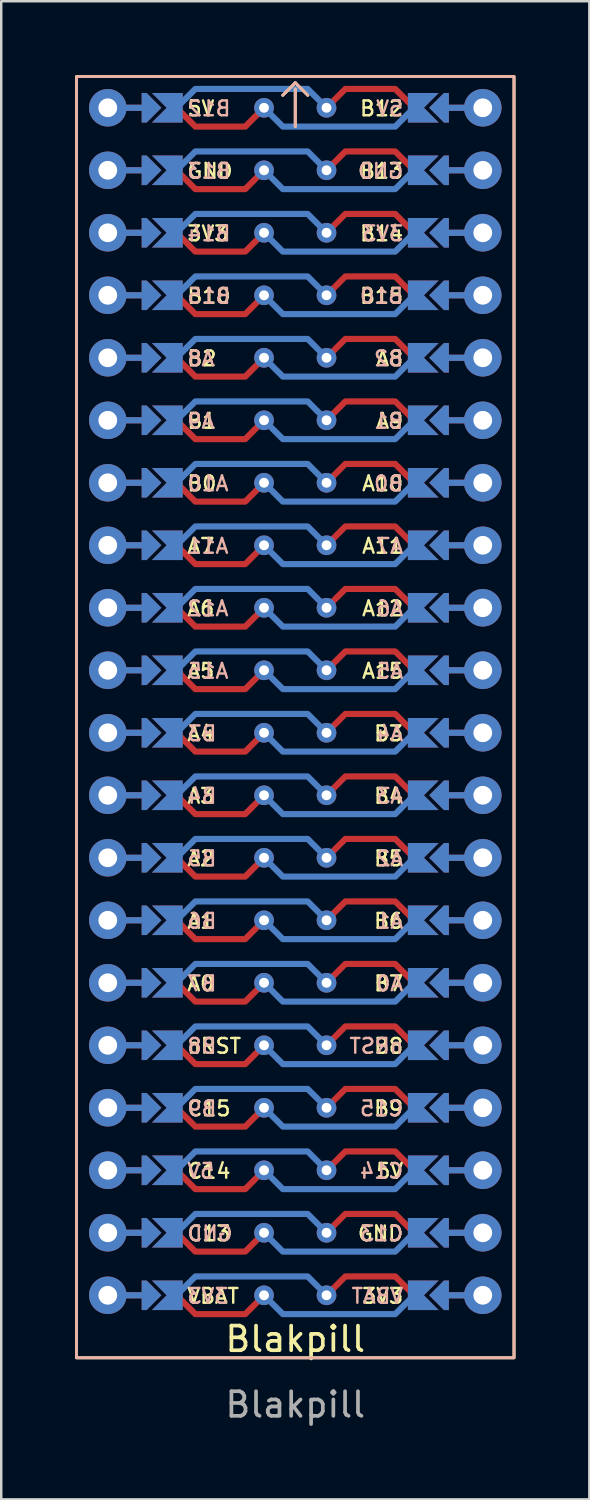
<source format=kicad_pcb>
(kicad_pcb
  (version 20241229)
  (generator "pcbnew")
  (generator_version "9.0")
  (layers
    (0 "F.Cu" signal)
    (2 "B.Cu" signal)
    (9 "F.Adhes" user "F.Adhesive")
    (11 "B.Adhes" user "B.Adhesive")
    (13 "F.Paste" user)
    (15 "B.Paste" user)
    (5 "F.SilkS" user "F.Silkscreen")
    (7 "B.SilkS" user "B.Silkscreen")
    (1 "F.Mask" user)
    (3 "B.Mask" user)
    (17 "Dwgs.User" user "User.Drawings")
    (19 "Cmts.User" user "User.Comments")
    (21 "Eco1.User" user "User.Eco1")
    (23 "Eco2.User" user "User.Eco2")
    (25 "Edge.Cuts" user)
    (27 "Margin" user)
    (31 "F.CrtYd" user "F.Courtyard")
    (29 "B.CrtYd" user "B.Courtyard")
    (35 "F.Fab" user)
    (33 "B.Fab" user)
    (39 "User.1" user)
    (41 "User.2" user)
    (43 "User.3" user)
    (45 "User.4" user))
  (footprint "Blakpill"
    (layer "F.Cu")
    (at 8.95 26.73)
    (property "Reference" "Blakpill" (at 0 24.638 0) (unlocked yes) (layer "F.SilkS") (effects (font (size 1 1) (thickness 0.15))))
    (attr through_hole)
    (fp_rect (start -6.096 -25.908) (end -4.699 -24.892) (stroke (width 0.127) (type solid)) (fill yes) (layer "F.Mask"))
    (fp_rect (start -6.096 -23.368) (end -4.699 -22.352) (stroke (width 0.127) (type solid)) (fill yes) (layer "F.Mask"))
    (fp_rect (start -6.096 -20.828) (end -4.699 -19.812) (stroke (width 0.127) (type solid)) (fill yes) (layer "F.Mask"))
    (fp_rect (start -6.096 -18.288) (end -4.699 -17.272) (stroke (width 0.127) (type solid)) (fill yes) (layer "F.Mask"))
    (fp_rect (start -6.096 -15.748) (end -4.699 -14.732) (stroke (width 0.127) (type solid)) (fill yes) (layer "F.Mask"))
    (fp_rect (start -6.096 -13.208) (end -4.699 -12.192) (stroke (width 0.127) (type solid)) (fill yes) (layer "F.Mask"))
    (fp_rect (start -6.096 -10.668) (end -4.699 -9.652) (stroke (width 0.127) (type solid)) (fill yes) (layer "F.Mask"))
    (fp_rect (start -6.096 -8.128) (end -4.699 -7.112) (stroke (width 0.127) (type solid)) (fill yes) (layer "F.Mask"))
    (fp_rect (start -6.096 -5.588) (end -4.699 -4.572) (stroke (width 0.127) (type solid)) (fill yes) (layer "F.Mask"))
    (fp_rect (start -6.096 -3.048) (end -4.699 -2.032) (stroke (width 0.127) (type solid)) (fill yes) (layer "F.Mask"))
    (fp_rect (start -6.096 -0.508) (end -4.699 0.508) (stroke (width 0.127) (type solid)) (fill yes) (layer "F.Mask"))
    (fp_rect (start -6.096 2.032) (end -4.699 3.048) (stroke (width 0.127) (type solid)) (fill yes) (layer "F.Mask"))
    (fp_rect (start -6.096 4.572) (end -4.699 5.588) (stroke (width 0.127) (type solid)) (fill yes) (layer "F.Mask"))
    (fp_rect (start -6.096 7.112) (end -4.699 8.128) (stroke (width 0.127) (type solid)) (fill yes) (layer "F.Mask"))
    (fp_rect (start -6.096 9.652) (end -4.699 10.668) (stroke (width 0.127) (type solid)) (fill yes) (layer "F.Mask"))
    (fp_rect (start -6.096 12.192) (end -4.699 13.208) (stroke (width 0.127) (type solid)) (fill yes) (layer "F.Mask"))
    (fp_rect (start -6.096 14.732) (end -4.699 15.748) (stroke (width 0.127) (type solid)) (fill yes) (layer "F.Mask"))
    (fp_rect (start -6.096 17.272) (end -4.699 18.288) (stroke (width 0.127) (type solid)) (fill yes) (layer "F.Mask"))
    (fp_rect (start -6.096 19.812) (end -4.699 20.828) (stroke (width 0.127) (type solid)) (fill yes) (layer "F.Mask"))
    (fp_rect (start -6.096 22.352) (end -4.699 23.368) (stroke (width 0.127) (type solid)) (fill yes) (layer "F.Mask"))
    (fp_rect (start 4.699 -25.908) (end 6.096 -24.892) (stroke (width 0.127) (type solid)) (fill yes) (layer "F.Mask"))
    (fp_rect (start 4.699 -23.368) (end 6.096 -22.352) (stroke (width 0.127) (type solid)) (fill yes) (layer "F.Mask"))
    (fp_rect (start 4.699 -20.828) (end 6.096 -19.812) (stroke (width 0.127) (type solid)) (fill yes) (layer "F.Mask"))
    (fp_rect (start 4.699 -18.288) (end 6.096 -17.272) (stroke (width 0.127) (type solid)) (fill yes) (layer "F.Mask"))
    (fp_rect (start 4.699 -15.748) (end 6.096 -14.732) (stroke (width 0.127) (type solid)) (fill yes) (layer "F.Mask"))
    (fp_rect (start 4.699 -13.208) (end 6.096 -12.192) (stroke (width 0.127) (type solid)) (fill yes) (layer "F.Mask"))
    (fp_rect (start 4.699 -10.668) (end 6.096 -9.652) (stroke (width 0.127) (type solid)) (fill yes) (layer "F.Mask"))
    (fp_rect (start 4.699 -8.128) (end 6.096 -7.112) (stroke (width 0.127) (type solid)) (fill yes) (layer "F.Mask"))
    (fp_rect (start 4.699 -5.588) (end 6.096 -4.572) (stroke (width 0.127) (type solid)) (fill yes) (layer "F.Mask"))
    (fp_rect (start 4.699 -3.048) (end 6.096 -2.032) (stroke (width 0.127) (type solid)) (fill yes) (layer "F.Mask"))
    (fp_rect (start 4.699 -0.508) (end 6.096 0.508) (stroke (width 0.127) (type solid)) (fill yes) (layer "F.Mask"))
    (fp_rect (start 4.699 2.032) (end 6.096 3.048) (stroke (width 0.127) (type solid)) (fill yes) (layer "F.Mask"))
    (fp_rect (start 4.699 4.572) (end 6.096 5.588) (stroke (width 0.127) (type solid)) (fill yes) (layer "F.Mask"))
    (fp_rect (start 4.699 7.112) (end 6.096 8.128) (stroke (width 0.127) (type solid)) (fill yes) (layer "F.Mask"))
    (fp_rect (start 4.699 9.652) (end 6.096 10.668) (stroke (width 0.127) (type solid)) (fill yes) (layer "F.Mask"))
    (fp_rect (start 4.699 12.192) (end 6.096 13.208) (stroke (width 0.127) (type solid)) (fill yes) (layer "F.Mask"))
    (fp_rect (start 4.699 14.732) (end 6.096 15.748) (stroke (width 0.127) (type solid)) (fill yes) (layer "F.Mask"))
    (fp_rect (start 4.699 17.272) (end 6.096 18.288) (stroke (width 0.127) (type solid)) (fill yes) (layer "F.Mask"))
    (fp_rect (start 4.699 19.812) (end 6.096 20.828) (stroke (width 0.127) (type solid)) (fill yes) (layer "F.Mask"))
    (fp_rect (start 4.699 22.352) (end 6.096 23.368) (stroke (width 0.127) (type solid)) (fill yes) (layer "F.Mask"))
    (fp_rect (start -6.096 -25.908) (end -4.699 -24.892) (stroke (width 0.127) (type solid)) (fill yes) (layer "B.Mask"))
    (fp_rect (start -6.096 -23.368) (end -4.699 -22.352) (stroke (width 0.127) (type solid)) (fill yes) (layer "B.Mask"))
    (fp_rect (start -6.096 -20.828) (end -4.699 -19.812) (stroke (width 0.127) (type solid)) (fill yes) (layer "B.Mask"))
    (fp_rect (start -6.096 -18.288) (end -4.699 -17.272) (stroke (width 0.127) (type solid)) (fill yes) (layer "B.Mask"))
    (fp_rect (start -6.096 -15.748) (end -4.699 -14.732) (stroke (width 0.127) (type solid)) (fill yes) (layer "B.Mask"))
    (fp_rect (start -6.096 -13.208) (end -4.699 -12.192) (stroke (width 0.127) (type solid)) (fill yes) (layer "B.Mask"))
    (fp_rect (start -6.096 -10.668) (end -4.699 -9.652) (stroke (width 0.127) (type solid)) (fill yes) (layer "B.Mask"))
    (fp_rect (start -6.096 -8.128) (end -4.699 -7.112) (stroke (width 0.127) (type solid)) (fill yes) (layer "B.Mask"))
    (fp_rect (start -6.096 -5.588) (end -4.699 -4.572) (stroke (width 0.127) (type solid)) (fill yes) (layer "B.Mask"))
    (fp_rect (start -6.096 -3.048) (end -4.699 -2.032) (stroke (width 0.127) (type solid)) (fill yes) (layer "B.Mask"))
    (fp_rect (start -6.096 -0.508) (end -4.699 0.508) (stroke (width 0.127) (type solid)) (fill yes) (layer "B.Mask"))
    (fp_rect (start -6.096 2.032) (end -4.699 3.048) (stroke (width 0.127) (type solid)) (fill yes) (layer "B.Mask"))
    (fp_rect (start -6.096 4.572) (end -4.699 5.588) (stroke (width 0.127) (type solid)) (fill yes) (layer "B.Mask"))
    (fp_rect (start -6.096 7.112) (end -4.699 8.128) (stroke (width 0.127) (type solid)) (fill yes) (layer "B.Mask"))
    (fp_rect (start -6.096 9.652) (end -4.699 10.668) (stroke (width 0.127) (type solid)) (fill yes) (layer "B.Mask"))
    (fp_rect (start -6.096 12.192) (end -4.699 13.208) (stroke (width 0.127) (type solid)) (fill yes) (layer "B.Mask"))
    (fp_rect (start -6.096 14.732) (end -4.699 15.748) (stroke (width 0.127) (type solid)) (fill yes) (layer "B.Mask"))
    (fp_rect (start -6.096 17.272) (end -4.699 18.288) (stroke (width 0.127) (type solid)) (fill yes) (layer "B.Mask"))
    (fp_rect (start -6.096 19.812) (end -4.699 20.828) (stroke (width 0.127) (type solid)) (fill yes) (layer "B.Mask"))
    (fp_rect (start -6.096 22.352) (end -4.699 23.368) (stroke (width 0.127) (type solid)) (fill yes) (layer "B.Mask"))
    (fp_rect (start 4.699 -25.908) (end 6.096 -24.892) (stroke (width 0.127) (type solid)) (fill yes) (layer "B.Mask"))
    (fp_rect (start 4.699 -23.368) (end 6.096 -22.352) (stroke (width 0.127) (type solid)) (fill yes) (layer "B.Mask"))
    (fp_rect (start 4.699 -20.828) (end 6.096 -19.812) (stroke (width 0.127) (type solid)) (fill yes) (layer "B.Mask"))
    (fp_rect (start 4.699 -18.288) (end 6.096 -17.272) (stroke (width 0.127) (type solid)) (fill yes) (layer "B.Mask"))
    (fp_rect (start 4.699 -15.748) (end 6.096 -14.732) (stroke (width 0.127) (type solid)) (fill yes) (layer "B.Mask"))
    (fp_rect (start 4.699 -13.208) (end 6.096 -12.192) (stroke (width 0.127) (type solid)) (fill yes) (layer "B.Mask"))
    (fp_rect (start 4.699 -10.668) (end 6.096 -9.652) (stroke (width 0.127) (type solid)) (fill yes) (layer "B.Mask"))
    (fp_rect (start 4.699 -8.128) (end 6.096 -7.112) (stroke (width 0.127) (type solid)) (fill yes) (layer "B.Mask"))
    (fp_rect (start 4.699 -5.588) (end 6.096 -4.572) (stroke (width 0.127) (type solid)) (fill yes) (layer "B.Mask"))
    (fp_rect (start 4.699 -3.048) (end 6.096 -2.032) (stroke (width 0.127) (type solid)) (fill yes) (layer "B.Mask"))
    (fp_rect (start 4.699 -0.508) (end 6.096 0.508) (stroke (width 0.127) (type solid)) (fill yes) (layer "B.Mask"))
    (fp_rect (start 4.699 2.032) (end 6.096 3.048) (stroke (width 0.127) (type solid)) (fill yes) (layer "B.Mask"))
    (fp_rect (start 4.699 4.572) (end 6.096 5.588) (stroke (width 0.127) (type solid)) (fill yes) (layer "B.Mask"))
    (fp_rect (start 4.699 7.112) (end 6.096 8.128) (stroke (width 0.127) (type solid)) (fill yes) (layer "B.Mask"))
    (fp_rect (start 4.699 9.652) (end 6.096 10.668) (stroke (width 0.127) (type solid)) (fill yes) (layer "B.Mask"))
    (fp_rect (start 4.699 12.192) (end 6.096 13.208) (stroke (width 0.127) (type solid)) (fill yes) (layer "B.Mask"))
    (fp_rect (start 4.699 14.732) (end 6.096 15.748) (stroke (width 0.127) (type solid)) (fill yes) (layer "B.Mask"))
    (fp_rect (start 4.699 17.272) (end 6.096 18.288) (stroke (width 0.127) (type solid)) (fill yes) (layer "B.Mask"))
    (fp_rect (start 4.699 19.812) (end 6.096 20.828) (stroke (width 0.127) (type solid)) (fill yes) (layer "B.Mask"))
    (fp_rect (start 4.699 22.352) (end 6.096 23.368) (stroke (width 0.127) (type solid)) (fill yes) (layer "B.Mask"))
    (fp_line (start 0 -26.416) (end -0.508 -25.908) (stroke (width 0.12) (type default)) (layer "F.SilkS"))
    (fp_line (start 0 -26.162) (end 0 -24.638) (stroke (width 0.12) (type default)) (layer "F.SilkS"))
    (fp_line (start 0.508 -25.908) (end 0 -26.416) (stroke (width 0.12) (type default)) (layer "F.SilkS"))
    (fp_rect (start -8.89 -26.67) (end 8.89 25.4) (stroke (width 0.12) (type default)) (fill no) (layer "F.SilkS"))
    (fp_line (start -0.508 -25.908) (end 0 -26.416) (stroke (width 0.12) (type default)) (layer "B.SilkS"))
    (fp_line (start 0 -26.162) (end 0 -24.638) (stroke (width 0.12) (type default)) (layer "B.SilkS"))
    (fp_line (start 0.508 -25.908) (end 0 -26.416) (stroke (width 0.12) (type default)) (layer "B.SilkS"))
    (fp_rect (start -8.89 -26.67) (end 8.89 25.4) (stroke (width 0.12) (type default)) (fill no) (layer "B.SilkS"))
    (fp_text user "GND" (at -4.445 -22.479 0) (unlocked yes) (layer "F.SilkS") (effects (font (size 0.6 0.6) (thickness 0.1) (bold yes)) (justify left bottom)))
    (fp_text user "B12" (at 4.445 -25.019 0) (unlocked yes) (layer "F.SilkS") (effects (font (size 0.6 0.6) (thickness 0.1) (bold yes)) (justify right bottom)))
    (fp_text user "B8" (at 4.445 13.081 0) (unlocked yes) (layer "F.SilkS") (effects (font (size 0.6 0.6) (thickness 0.1) (bold yes)) (justify right bottom)))
    (fp_text user "A15" (at 4.445 -2.159 0) (unlocked yes) (layer "F.SilkS") (effects (font (size 0.6 0.6) (thickness 0.1) (bold yes)) (justify right bottom)))
    (fp_text user "B6" (at 4.445 8.001 0) (unlocked yes) (layer "F.SilkS") (effects (font (size 0.6 0.6) (thickness 0.1) (bold yes)) (justify right bottom)))
    (fp_text user "A11" (at 4.445 -7.239 0) (unlocked yes) (layer "F.SilkS") (effects (font (size 0.6 0.6) (thickness 0.1) (bold yes)) (justify right bottom)))
    (fp_text user "A0" (at -4.445 10.541 0) (unlocked yes) (layer "F.SilkS") (effects (font (size 0.6 0.6) (thickness 0.1) (bold yes)) (justify left bottom)))
    (fp_text user "nRST" (at -4.445 13.081 0) (unlocked yes) (layer "F.SilkS") (effects (font (size 0.6 0.6) (thickness 0.1) (bold yes)) (justify left bottom)))
    (fp_text user "A5" (at -4.445 -2.159 0) (unlocked yes) (layer "F.SilkS") (effects (font (size 0.6 0.6) (thickness 0.1) (bold yes)) (justify left bottom)))
    (fp_text user "3V3" (at -4.445 -19.939 0) (unlocked yes) (layer "F.SilkS") (effects (font (size 0.6 0.6) (thickness 0.1) (bold yes)) (justify left bottom)))
    (fp_text user "B4" (at 4.445 2.921 0) (unlocked yes) (layer "F.SilkS") (effects (font (size 0.6 0.6) (thickness 0.1) (bold yes)) (justify right bottom)))
    (fp_text user "A10" (at 4.445 -9.779 0) (unlocked yes) (layer "F.SilkS") (effects (font (size 0.6 0.6) (thickness 0.1) (bold yes)) (justify right bottom)))
    (fp_text user "B7" (at 4.445 10.541 0) (unlocked yes) (layer "F.SilkS") (effects (font (size 0.6 0.6) (thickness 0.1) (bold yes)) (justify right bottom)))
    (fp_text user "B13" (at 4.445 -22.479 0) (unlocked yes) (layer "F.SilkS") (effects (font (size 0.6 0.6) (thickness 0.1) (bold yes)) (justify right bottom)))
    (fp_text user "B3" (at 4.445 0.381 0) (unlocked yes) (layer "F.SilkS") (effects (font (size 0.6 0.6) (thickness 0.1) (bold yes)) (justify right bottom)))
    (fp_text user "VBAT" (at -4.445 23.241 0) (unlocked yes) (layer "F.SilkS") (effects (font (size 0.6 0.6) (thickness 0.1) (bold yes)) (justify left bottom)))
    (fp_text user "B15" (at 4.445 -17.399 0) (unlocked yes) (layer "F.SilkS") (effects (font (size 0.6 0.6) (thickness 0.1) (bold yes)) (justify right bottom)))
    (fp_text user "A7" (at -4.445 -7.239 0) (unlocked yes) (layer "F.SilkS") (effects (font (size 0.6 0.6) (thickness 0.1) (bold yes)) (justify left bottom)))
    (fp_text user "A4" (at -4.445 0.381 0) (unlocked yes) (layer "F.SilkS") (effects (font (size 0.6 0.6) (thickness 0.1) (bold yes)) (justify left bottom)))
    (fp_text user "C14" (at -4.445 18.161 0) (unlocked yes) (layer "F.SilkS") (effects (font (size 0.6 0.6) (thickness 0.1) (bold yes)) (justify left bottom)))
    (fp_text user "5V" (at -4.445 -25.019 0) (unlocked yes) (layer "F.SilkS") (effects (font (size 0.6 0.6) (thickness 0.1) (bold yes)) (justify left bottom)))
    (fp_text user "C13" (at -4.445 20.701 0) (unlocked yes) (layer "F.SilkS") (effects (font (size 0.6 0.6) (thickness 0.1) (bold yes)) (justify left bottom)))
    (fp_text user "C15" (at -4.445 15.621 0) (unlocked yes) (layer "F.SilkS") (effects (font (size 0.6 0.6) (thickness 0.1) (bold yes)) (justify left bottom)))
    (fp_text user "A2" (at -4.445 5.461 0) (unlocked yes) (layer "F.SilkS") (effects (font (size 0.6 0.6) (thickness 0.1) (bold yes)) (justify left bottom)))
    (fp_text user "B14" (at 4.445 -19.939 0) (unlocked yes) (layer "F.SilkS") (effects (font (size 0.6 0.6) (thickness 0.1) (bold yes)) (justify right bottom)))
    (fp_text user "B5" (at 4.445 5.461 0) (unlocked yes) (layer "F.SilkS") (effects (font (size 0.6 0.6) (thickness 0.1) (bold yes)) (justify right bottom)))
    (fp_text user "A3" (at -4.445 2.921 0) (unlocked yes) (layer "F.SilkS") (effects (font (size 0.6 0.6) (thickness 0.1) (bold yes)) (justify left bottom)))
    (fp_text user "5V" (at 4.445 18.161 0) (unlocked yes) (layer "F.SilkS") (effects (font (size 0.6 0.6) (thickness 0.1) (bold yes)) (justify right bottom)))
    (fp_text user "GND" (at 4.445 20.701 0) (unlocked yes) (layer "F.SilkS") (effects (font (size 0.6 0.6) (thickness 0.1) (bold yes)) (justify right bottom)))
    (fp_text user "A8" (at 4.445 -14.859 0) (unlocked yes) (layer "F.SilkS") (effects (font (size 0.6 0.6) (thickness 0.1) (bold yes)) (justify right bottom)))
    (fp_text user "B2" (at -4.445 -14.859 0) (unlocked yes) (layer "F.SilkS") (effects (font (size 0.6 0.6) (thickness 0.1) (bold yes)) (justify left bottom)))
    (fp_text user "A6" (at -4.445 -4.699 0) (unlocked yes) (layer "F.SilkS") (effects (font (size 0.6 0.6) (thickness 0.1) (bold yes)) (justify left bottom)))
    (fp_text user "A1" (at -4.445 8.001 0) (unlocked yes) (layer "F.SilkS") (effects (font (size 0.6 0.6) (thickness 0.1) (bold yes)) (justify left bottom)))
    (fp_text user "3V3" (at 4.445 23.241 0) (unlocked yes) (layer "F.SilkS") (effects (font (size 0.6 0.6) (thickness 0.1) (bold yes)) (justify right bottom)))
    (fp_text user "B1" (at -4.445 -12.319 0) (unlocked yes) (layer "F.SilkS") (effects (font (size 0.6 0.6) (thickness 0.1) (bold yes)) (justify left bottom)))
    (fp_text user "B0" (at -4.445 -9.779 0) (unlocked yes) (layer "F.SilkS") (effects (font (size 0.6 0.6) (thickness 0.1) (bold yes)) (justify left bottom)))
    (fp_text user "B10" (at -4.445 -17.399 0) (unlocked yes) (layer "F.SilkS") (effects (font (size 0.6 0.6) (thickness 0.1) (bold yes)) (justify left bottom)))
    (fp_text user "A12" (at 4.445 -4.699 0) (unlocked yes) (layer "F.SilkS") (effects (font (size 0.6 0.6) (thickness 0.1) (bold yes)) (justify right bottom)))
    (fp_text user "B9" (at 4.445 15.621 0) (unlocked yes) (layer "F.SilkS") (effects (font (size 0.6 0.6) (thickness 0.1) (bold yes)) (justify right bottom)))
    (fp_text user "A9" (at 4.445 -12.319 0) (unlocked yes) (layer "F.SilkS") (effects (font (size 0.6 0.6) (thickness 0.1) (bold yes)) (justify right bottom)))
    (fp_text user "A7" (at 4.445 -7.239 0) (unlocked yes) (layer "B.SilkS") (effects (font (size 0.6 0.6) (thickness 0.1) (bold yes)) (justify left bottom mirror)))
    (fp_text user "GND" (at 4.445 -22.479 0) (unlocked yes) (layer "B.SilkS") (effects (font (size 0.6 0.6) (thickness 0.1) (bold yes)) (justify left bottom mirror)))
    (fp_text user "A10" (at -4.445 -9.779 0) (unlocked yes) (layer "B.SilkS") (effects (font (size 0.6 0.6) (thickness 0.1) (bold yes)) (justify right bottom mirror)))
    (fp_text user "B10" (at 4.445 -17.399 0) (unlocked yes) (layer "B.SilkS") (effects (font (size 0.6 0.6) (thickness 0.1) (bold yes)) (justify left bottom mirror)))
    (fp_text user "B3" (at -4.445 0.381 0) (unlocked yes) (layer "B.SilkS") (effects (font (size 0.6 0.6) (thickness 0.1) (bold yes)) (justify right bottom mirror)))
    (fp_text user "B14" (at -4.445 -19.939 0) (unlocked yes) (layer "B.SilkS") (effects (font (size 0.6 0.6) (thickness 0.1) (bold yes)) (justify right bottom mirror)))
    (fp_text user "B1" (at 4.445 -12.319 0) (unlocked yes) (layer "B.SilkS") (effects (font (size 0.6 0.6) (thickness 0.1) (bold yes)) (justify left bottom mirror)))
    (fp_text user "C14" (at 4.445 18.161 0) (unlocked yes) (layer "B.SilkS") (effects (font (size 0.6 0.6) (thickness 0.1) (bold yes)) (justify left bottom mirror)))
    (fp_text user "C13" (at 4.445 20.701 0) (unlocked yes) (layer "B.SilkS") (effects (font (size 0.6 0.6) (thickness 0.1) (bold yes)) (justify left bottom mirror)))
    (fp_text user "B6" (at -4.445 8.001 0) (unlocked yes) (layer "B.SilkS") (effects (font (size 0.6 0.6) (thickness 0.1) (bold yes)) (justify right bottom mirror)))
    (fp_text user "3V3" (at 4.445 -19.939 0) (unlocked yes) (layer "B.SilkS") (effects (font (size 0.6 0.6) (thickness 0.1) (bold yes)) (justify left bottom mirror)))
    (fp_text user "A15" (at -4.445 -2.159 0) (unlocked yes) (layer "B.SilkS") (effects (font (size 0.6 0.6) (thickness 0.1) (bold yes)) (justify right bottom mirror)))
    (fp_text user "A2" (at 4.445 5.461 0) (unlocked yes) (layer "B.SilkS") (effects (font (size 0.6 0.6) (thickness 0.1) (bold yes)) (justify left bottom mirror)))
    (fp_text user "B0" (at 4.445 -9.779 0) (unlocked yes) (layer "B.SilkS") (effects (font (size 0.6 0.6) (thickness 0.1) (bold yes)) (justify left bottom mirror)))
    (fp_text user "A4" (at 4.445 0.381 0) (unlocked yes) (layer "B.SilkS") (effects (font (size 0.6 0.6) (thickness 0.1) (bold yes)) (justify left bottom mirror)))
    (fp_text user "A8" (at -4.445 -14.859 0) (unlocked yes) (layer "B.SilkS") (effects (font (size 0.6 0.6) (thickness 0.1) (bold yes)) (justify right bottom mirror)))
    (fp_text user "C15" (at 4.445 15.621 0) (unlocked yes) (layer "B.SilkS") (effects (font (size 0.6 0.6) (thickness 0.1) (bold yes)) (justify left bottom mirror)))
    (fp_text user "VBAT" (at 4.445 23.241 0) (unlocked yes) (layer "B.SilkS") (effects (font (size 0.6 0.6) (thickness 0.1) (bold yes)) (justify left bottom mirror)))
    (fp_text user "A0" (at 4.445 10.541 0) (unlocked yes) (layer "B.SilkS") (effects (font (size 0.6 0.6) (thickness 0.1) (bold yes)) (justify left bottom mirror)))
    (fp_text user "A1" (at 4.445 8.001 0) (unlocked yes) (layer "B.SilkS") (effects (font (size 0.6 0.6) (thickness 0.1) (bold yes)) (justify left bottom mirror)))
    (fp_text user "B13" (at -4.445 -22.479 0) (unlocked yes) (layer "B.SilkS") (effects (font (size 0.6 0.6) (thickness 0.1) (bold yes)) (justify right bottom mirror)))
    (fp_text user "B4" (at -4.445 2.921 0) (unlocked yes) (layer "B.SilkS") (effects (font (size 0.6 0.6) (thickness 0.1) (bold yes)) (justify right bottom mirror)))
    (fp_text user "B12" (at -4.445 -25.019 0) (unlocked yes) (layer "B.SilkS") (effects (font (size 0.6 0.6) (thickness 0.1) (bold yes)) (justify right bottom mirror)))
    (fp_text user "B5" (at -4.445 5.461 0) (unlocked yes) (layer "B.SilkS") (effects (font (size 0.6 0.6) (thickness 0.1) (bold yes)) (justify right bottom mirror)))
    (fp_text user "B2" (at 4.445 -14.859 0) (unlocked yes) (layer "B.SilkS") (effects (font (size 0.6 0.6) (thickness 0.1) (bold yes)) (justify left bottom mirror)))
    (fp_text user "B7" (at -4.445 10.541 0) (unlocked yes) (layer "B.SilkS") (effects (font (size 0.6 0.6) (thickness 0.1) (bold yes)) (justify right bottom mirror)))
    (fp_text user "B8" (at -4.445 13.081 0) (unlocked yes) (layer "B.SilkS") (effects (font (size 0.6 0.6) (thickness 0.1) (bold yes)) (justify right bottom mirror)))
    (fp_text user "A12" (at -4.445 -4.699 0) (unlocked yes) (layer "B.SilkS") (effects (font (size 0.6 0.6) (thickness 0.1) (bold yes)) (justify right bottom mirror)))
    (fp_text user "B15" (at -4.445 -17.399 0) (unlocked yes) (layer "B.SilkS") (effects (font (size 0.6 0.6) (thickness 0.1) (bold yes)) (justify right bottom mirror)))
    (fp_text user "nRST" (at 4.445 13.081 0) (unlocked yes) (layer "B.SilkS") (effects (font (size 0.6 0.6) (thickness 0.1) (bold yes)) (justify left bottom mirror)))
    (fp_text user "GND" (at -4.445 20.701 0) (unlocked yes) (layer "B.SilkS") (effects (font (size 0.6 0.6) (thickness 0.1) (bold yes)) (justify right bottom mirror)))
    (fp_text user "B9" (at -4.445 15.621 0) (unlocked yes) (layer "B.SilkS") (effects (font (size 0.6 0.6) (thickness 0.1) (bold yes)) (justify right bottom mirror)))
    (fp_text user "A9" (at -4.445 -12.319 0) (unlocked yes) (layer "B.SilkS") (effects (font (size 0.6 0.6) (thickness 0.1) (bold yes)) (justify right bottom mirror)))
    (fp_text user "A6" (at 4.445 -4.699 0) (unlocked yes) (layer "B.SilkS") (effects (font (size 0.6 0.6) (thickness 0.1) (bold yes)) (justify left bottom mirror)))
    (fp_text user "5V" (at -4.445 18.161 0) (unlocked yes) (layer "B.SilkS") (effects (font (size 0.6 0.6) (thickness 0.1) (bold yes)) (justify right bottom mirror)))
    (fp_text user "3V3" (at -4.445 23.241 0) (unlocked yes) (layer "B.SilkS") (effects (font (size 0.6 0.6) (thickness 0.1) (bold yes)) (justify right bottom mirror)))
    (fp_text user "5V" (at 4.445 -25.019 0) (unlocked yes) (layer "B.SilkS") (effects (font (size 0.6 0.6) (thickness 0.1) (bold yes)) (justify left bottom mirror)))
    (fp_text user "A5" (at 4.445 -2.159 0) (unlocked yes) (layer "B.SilkS") (effects (font (size 0.6 0.6) (thickness 0.1) (bold yes)) (justify left bottom mirror)))
    (fp_text user "A3" (at 4.445 2.921 0) (unlocked yes) (layer "B.SilkS") (effects (font (size 0.6 0.6) (thickness 0.1) (bold yes)) (justify left bottom mirror)))
    (fp_text user "A11" (at -4.445 -7.239 0) (unlocked yes) (layer "B.SilkS") (effects (font (size 0.6 0.6) (thickness 0.1) (bold yes)) (justify right bottom mirror)))
    (fp_text user "${REFERENCE}" (at 0 27.305 0) (unlocked yes) (layer "F.Fab") (effects (font (size 1 1) (thickness 0.15))))
    (pad "" thru_hole circle (at -7.62 -25.4) (size 1.524 1.524) (drill 0.762) (layers "*.Cu" "*.Mask"))
    (pad "" thru_hole circle (at -7.62 -22.86) (size 1.524 1.524) (drill 0.762) (layers "*.Cu" "*.Mask"))
    (pad "" thru_hole circle (at -7.62 -20.32) (size 1.524 1.524) (drill 0.762) (layers "*.Cu" "*.Mask"))
    (pad "" thru_hole circle (at -7.62 -17.78) (size 1.524 1.524) (drill 0.762) (layers "*.Cu" "*.Mask"))
    (pad "" thru_hole circle (at -7.62 -15.24) (size 1.524 1.524) (drill 0.762) (layers "*.Cu" "*.Mask"))
    (pad "" thru_hole circle (at -7.62 -12.7) (size 1.524 1.524) (drill 0.762) (layers "*.Cu" "*.Mask"))
    (pad "" thru_hole circle (at -7.62 -10.16) (size 1.524 1.524) (drill 0.762) (layers "*.Cu" "*.Mask"))
    (pad "" thru_hole circle (at -7.62 -7.62) (size 1.524 1.524) (drill 0.762) (layers "*.Cu" "*.Mask"))
    (pad "" thru_hole circle (at -7.62 -5.08) (size 1.524 1.524) (drill 0.762) (layers "*.Cu" "*.Mask"))
    (pad "" thru_hole circle (at -7.62 -2.54) (size 1.524 1.524) (drill 0.762) (layers "*.Cu" "*.Mask"))
    (pad "" thru_hole circle (at -7.62 0) (size 1.524 1.524) (drill 0.762) (layers "*.Cu" "*.Mask"))
    (pad "" thru_hole circle (at -7.62 2.54) (size 1.524 1.524) (drill 0.762) (layers "*.Cu" "*.Mask"))
    (pad "" thru_hole circle (at -7.62 5.08) (size 1.524 1.524) (drill 0.762) (layers "*.Cu" "*.Mask"))
    (pad "" thru_hole circle (at -7.62 7.62) (size 1.524 1.524) (drill 0.762) (layers "*.Cu" "*.Mask"))
    (pad "" thru_hole circle (at -7.62 10.16) (size 1.524 1.524) (drill 0.762) (layers "*.Cu" "*.Mask"))
    (pad "" thru_hole circle (at -7.62 12.7) (size 1.524 1.524) (drill 0.762) (layers "*.Cu" "*.Mask"))
    (pad "" thru_hole circle (at -7.62 15.24) (size 1.524 1.524) (drill 0.762) (layers "*.Cu" "*.Mask"))
    (pad "" thru_hole circle (at -7.62 17.78) (size 1.524 1.524) (drill 0.762) (layers "*.Cu" "*.Mask"))
    (pad "" thru_hole circle (at -7.62 20.32) (size 1.524 1.524) (drill 0.762) (layers "*.Cu" "*.Mask"))
    (pad "" thru_hole circle (at -7.62 22.86) (size 1.524 1.524) (drill 0.762) (layers "*.Cu" "*.Mask"))
    (pad "" smd custom (at -6.604 -25.4 270) (size 0.25 1) (layers "F.Cu") (options (anchor rect)) (primitives))
    (pad "" smd custom (at -6.604 -25.4 90) (size 0.25 1) (layers "B.Cu") (options (anchor rect)) (primitives))
    (pad "" smd custom (at -6.604 -22.86 270) (size 0.25 1) (layers "F.Cu") (options (anchor rect)) (primitives))
    (pad "" smd custom (at -6.604 -22.86 90) (size 0.25 1) (layers "B.Cu") (options (anchor rect)) (primitives))
    (pad "" smd custom (at -6.604 -20.32 270) (size 0.25 1) (layers "F.Cu") (options (anchor rect)) (primitives))
    (pad "" smd custom (at -6.604 -20.32 90) (size 0.25 1) (layers "B.Cu") (options (anchor rect)) (primitives))
    (pad "" smd custom (at -6.604 -17.78 270) (size 0.25 1) (layers "F.Cu") (options (anchor rect)) (primitives))
    (pad "" smd custom (at -6.604 -17.78 90) (size 0.25 1) (layers "B.Cu") (options (anchor rect)) (primitives))
    (pad "" smd custom (at -6.604 -15.24 270) (size 0.25 1) (layers "F.Cu") (options (anchor rect)) (primitives))
    (pad "" smd custom (at -6.604 -15.24 90) (size 0.25 1) (layers "B.Cu") (options (anchor rect)) (primitives))
    (pad "" smd custom (at -6.604 -12.7 270) (size 0.25 1) (layers "F.Cu") (options (anchor rect)) (primitives))
    (pad "" smd custom (at -6.604 -12.7 90) (size 0.25 1) (layers "B.Cu") (options (anchor rect)) (primitives))
    (pad "" smd custom (at -6.604 -10.16 270) (size 0.25 1) (layers "F.Cu") (options (anchor rect)) (primitives))
    (pad "" smd custom (at -6.604 -10.16 90) (size 0.25 1) (layers "B.Cu") (options (anchor rect)) (primitives))
    (pad "" smd custom (at -6.604 -7.62 270) (size 0.25 1) (layers "F.Cu") (options (anchor rect)) (primitives))
    (pad "" smd custom (at -6.604 -7.62 90) (size 0.25 1) (layers "B.Cu") (options (anchor rect)) (primitives))
    (pad "" smd custom (at -6.604 -5.08 270) (size 0.25 1) (layers "F.Cu") (options (anchor rect)) (primitives))
    (pad "" smd custom (at -6.604 -5.08 90) (size 0.25 1) (layers "B.Cu") (options (anchor rect)) (primitives))
    (pad "" smd custom (at -6.604 -2.54 270) (size 0.25 1) (layers "F.Cu") (options (anchor rect)) (primitives))
    (pad "" smd custom (at -6.604 -2.54 90) (size 0.25 1) (layers "B.Cu") (options (anchor rect)) (primitives))
    (pad "" smd custom (at -6.604 0 270) (size 0.25 1) (layers "F.Cu") (options (anchor rect)) (primitives))
    (pad "" smd custom (at -6.604 0 90) (size 0.25 1) (layers "B.Cu") (options (anchor rect)) (primitives))
    (pad "" smd custom (at -6.604 2.54 270) (size 0.25 1) (layers "F.Cu") (options (anchor rect)) (primitives))
    (pad "" smd custom (at -6.604 2.54 90) (size 0.25 1) (layers "B.Cu") (options (anchor rect)) (primitives))
    (pad "" smd custom (at -6.604 5.08 270) (size 0.25 1) (layers "F.Cu") (options (anchor rect)) (primitives))
    (pad "" smd custom (at -6.604 5.08 90) (size 0.25 1) (layers "B.Cu") (options (anchor rect)) (primitives))
    (pad "" smd custom (at -6.604 7.62 270) (size 0.25 1) (layers "F.Cu") (options (anchor rect)) (primitives))
    (pad "" smd custom (at -6.604 7.62 90) (size 0.25 1) (layers "B.Cu") (options (anchor rect)) (primitives))
    (pad "" smd custom (at -6.604 10.16 270) (size 0.25 1) (layers "F.Cu") (options (anchor rect)) (primitives))
    (pad "" smd custom (at -6.604 10.16 90) (size 0.25 1) (layers "B.Cu") (options (anchor rect)) (primitives))
    (pad "" smd custom (at -6.604 12.7 270) (size 0.25 1) (layers "F.Cu") (options (anchor rect)) (primitives))
    (pad "" smd custom (at -6.604 12.7 90) (size 0.25 1) (layers "B.Cu") (options (anchor rect)) (primitives))
    (pad "" smd custom (at -6.604 15.24 270) (size 0.25 1) (layers "F.Cu") (options (anchor rect)) (primitives))
    (pad "" smd custom (at -6.604 15.24 90) (size 0.25 1) (layers "B.Cu") (options (anchor rect)) (primitives))
    (pad "" smd custom (at -6.604 17.78 270) (size 0.25 1) (layers "F.Cu") (options (anchor rect)) (primitives))
    (pad "" smd custom (at -6.604 17.78 90) (size 0.25 1) (layers "B.Cu") (options (anchor rect)) (primitives))
    (pad "" smd custom (at -6.604 20.32 270) (size 0.25 1) (layers "F.Cu") (options (anchor rect)) (primitives))
    (pad "" smd custom (at -6.604 20.32 90) (size 0.25 1) (layers "B.Cu") (options (anchor rect)) (primitives))
    (pad "" smd custom (at -6.604 22.86 270) (size 0.25 1) (layers "F.Cu") (options (anchor rect)) (primitives))
    (pad "" smd custom (at -6.604 22.86 90) (size 0.25 1) (layers "B.Cu") (options (anchor rect)) (primitives))
    (pad "" smd custom (at -5.842 -25.4 90) (size 0.1 0.1) (layers "F.Cu" "F.Mask" "F.Paste") (options (anchor rect)) (primitives (gr_poly (pts (xy -0.6 -0.4) (xy 0.6 -0.4) (xy 0.6 -0.2) (xy 0 0.4) (xy -0.6 -0.2)) (width 0) (fill yes))))
    (pad "" smd custom (at -5.842 -25.4 90) (size 0.1 0.1) (layers "F.Mask" "B.Cu" "F.Paste") (options (anchor rect)) (primitives (gr_poly (pts (xy -0.6 -0.4) (xy 0.6 -0.4) (xy 0.6 -0.2) (xy 0 0.4) (xy -0.6 -0.2)) (width 0) (fill yes))))
    (pad "" smd custom (at -5.842 -22.86 90) (size 0.1 0.1) (layers "F.Cu" "F.Mask" "F.Paste") (options (anchor rect)) (primitives (gr_poly (pts (xy -0.6 -0.4) (xy 0.6 -0.4) (xy 0.6 -0.2) (xy 0 0.4) (xy -0.6 -0.2)) (width 0) (fill yes))))
    (pad "" smd custom (at -5.842 -22.86 90) (size 0.1 0.1) (layers "F.Mask" "B.Cu" "F.Paste") (options (anchor rect)) (primitives (gr_poly (pts (xy -0.6 -0.4) (xy 0.6 -0.4) (xy 0.6 -0.2) (xy 0 0.4) (xy -0.6 -0.2)) (width 0) (fill yes))))
    (pad "" smd custom (at -5.842 -20.32 90) (size 0.1 0.1) (layers "F.Cu" "F.Mask" "F.Paste") (options (anchor rect)) (primitives (gr_poly (pts (xy -0.6 -0.4) (xy 0.6 -0.4) (xy 0.6 -0.2) (xy 0 0.4) (xy -0.6 -0.2)) (width 0) (fill yes))))
    (pad "" smd custom (at -5.842 -20.32 90) (size 0.1 0.1) (layers "F.Mask" "B.Cu" "F.Paste") (options (anchor rect)) (primitives (gr_poly (pts (xy -0.6 -0.4) (xy 0.6 -0.4) (xy 0.6 -0.2) (xy 0 0.4) (xy -0.6 -0.2)) (width 0) (fill yes))))
    (pad "" smd custom (at -5.842 -17.78 90) (size 0.1 0.1) (layers "F.Cu" "F.Mask" "F.Paste") (options (anchor rect)) (primitives (gr_poly (pts (xy -0.6 -0.4) (xy 0.6 -0.4) (xy 0.6 -0.2) (xy 0 0.4) (xy -0.6 -0.2)) (width 0) (fill yes))))
    (pad "" smd custom (at -5.842 -17.78 90) (size 0.1 0.1) (layers "F.Mask" "B.Cu" "F.Paste") (options (anchor rect)) (primitives (gr_poly (pts (xy -0.6 -0.4) (xy 0.6 -0.4) (xy 0.6 -0.2) (xy 0 0.4) (xy -0.6 -0.2)) (width 0) (fill yes))))
    (pad "" smd custom (at -5.842 -15.24 90) (size 0.1 0.1) (layers "F.Cu" "F.Mask" "F.Paste") (options (anchor rect)) (primitives (gr_poly (pts (xy -0.6 -0.4) (xy 0.6 -0.4) (xy 0.6 -0.2) (xy 0 0.4) (xy -0.6 -0.2)) (width 0) (fill yes))))
    (pad "" smd custom (at -5.842 -15.24 90) (size 0.1 0.1) (layers "F.Mask" "B.Cu" "F.Paste") (options (anchor rect)) (primitives (gr_poly (pts (xy -0.6 -0.4) (xy 0.6 -0.4) (xy 0.6 -0.2) (xy 0 0.4) (xy -0.6 -0.2)) (width 0) (fill yes))))
    (pad "" smd custom (at -5.842 -12.7 90) (size 0.1 0.1) (layers "F.Cu" "F.Mask" "F.Paste") (options (anchor rect)) (primitives (gr_poly (pts (xy -0.6 -0.4) (xy 0.6 -0.4) (xy 0.6 -0.2) (xy 0 0.4) (xy -0.6 -0.2)) (width 0) (fill yes))))
    (pad "" smd custom (at -5.842 -12.7 90) (size 0.1 0.1) (layers "F.Mask" "B.Cu" "F.Paste") (options (anchor rect)) (primitives (gr_poly (pts (xy -0.6 -0.4) (xy 0.6 -0.4) (xy 0.6 -0.2) (xy 0 0.4) (xy -0.6 -0.2)) (width 0) (fill yes))))
    (pad "" smd custom (at -5.842 -10.16 90) (size 0.1 0.1) (layers "F.Cu" "F.Mask" "F.Paste") (options (anchor rect)) (primitives (gr_poly (pts (xy -0.6 -0.4) (xy 0.6 -0.4) (xy 0.6 -0.2) (xy 0 0.4) (xy -0.6 -0.2)) (width 0) (fill yes))))
    (pad "" smd custom (at -5.842 -10.16 90) (size 0.1 0.1) (layers "F.Mask" "B.Cu" "F.Paste") (options (anchor rect)) (primitives (gr_poly (pts (xy -0.6 -0.4) (xy 0.6 -0.4) (xy 0.6 -0.2) (xy 0 0.4) (xy -0.6 -0.2)) (width 0) (fill yes))))
    (pad "" smd custom (at -5.842 -7.62 90) (size 0.1 0.1) (layers "F.Cu" "F.Mask" "F.Paste") (options (anchor rect)) (primitives (gr_poly (pts (xy -0.6 -0.4) (xy 0.6 -0.4) (xy 0.6 -0.2) (xy 0 0.4) (xy -0.6 -0.2)) (width 0) (fill yes))))
    (pad "" smd custom (at -5.842 -7.62 90) (size 0.1 0.1) (layers "F.Mask" "B.Cu" "F.Paste") (options (anchor rect)) (primitives (gr_poly (pts (xy -0.6 -0.4) (xy 0.6 -0.4) (xy 0.6 -0.2) (xy 0 0.4) (xy -0.6 -0.2)) (width 0) (fill yes))))
    (pad "" smd custom (at -5.842 -5.08 90) (size 0.1 0.1) (layers "F.Cu" "F.Mask" "F.Paste") (options (anchor rect)) (primitives (gr_poly (pts (xy -0.6 -0.4) (xy 0.6 -0.4) (xy 0.6 -0.2) (xy 0 0.4) (xy -0.6 -0.2)) (width 0) (fill yes))))
    (pad "" smd custom (at -5.842 -5.08 90) (size 0.1 0.1) (layers "F.Mask" "B.Cu" "F.Paste") (options (anchor rect)) (primitives (gr_poly (pts (xy -0.6 -0.4) (xy 0.6 -0.4) (xy 0.6 -0.2) (xy 0 0.4) (xy -0.6 -0.2)) (width 0) (fill yes))))
    (pad "" smd custom (at -5.842 -2.54 90) (size 0.1 0.1) (layers "F.Cu" "F.Mask" "F.Paste") (options (anchor rect)) (primitives (gr_poly (pts (xy -0.6 -0.4) (xy 0.6 -0.4) (xy 0.6 -0.2) (xy 0 0.4) (xy -0.6 -0.2)) (width 0) (fill yes))))
    (pad "" smd custom (at -5.842 -2.54 90) (size 0.1 0.1) (layers "F.Mask" "B.Cu" "F.Paste") (options (anchor rect)) (primitives (gr_poly (pts (xy -0.6 -0.4) (xy 0.6 -0.4) (xy 0.6 -0.2) (xy 0 0.4) (xy -0.6 -0.2)) (width 0) (fill yes))))
    (pad "" smd custom (at -5.842 0 90) (size 0.1 0.1) (layers "F.Cu" "F.Mask" "F.Paste") (options (anchor rect)) (primitives (gr_poly (pts (xy -0.6 -0.4) (xy 0.6 -0.4) (xy 0.6 -0.2) (xy 0 0.4) (xy -0.6 -0.2)) (width 0) (fill yes))))
    (pad "" smd custom (at -5.842 0 90) (size 0.1 0.1) (layers "F.Mask" "B.Cu" "F.Paste") (options (anchor rect)) (primitives (gr_poly (pts (xy -0.6 -0.4) (xy 0.6 -0.4) (xy 0.6 -0.2) (xy 0 0.4) (xy -0.6 -0.2)) (width 0) (fill yes))))
    (pad "" smd custom (at -5.842 2.54 90) (size 0.1 0.1) (layers "F.Cu" "F.Mask" "F.Paste") (options (anchor rect)) (primitives (gr_poly (pts (xy -0.6 -0.4) (xy 0.6 -0.4) (xy 0.6 -0.2) (xy 0 0.4) (xy -0.6 -0.2)) (width 0) (fill yes))))
    (pad "" smd custom (at -5.842 2.54 90) (size 0.1 0.1) (layers "F.Mask" "B.Cu" "F.Paste") (options (anchor rect)) (primitives (gr_poly (pts (xy -0.6 -0.4) (xy 0.6 -0.4) (xy 0.6 -0.2) (xy 0 0.4) (xy -0.6 -0.2)) (width 0) (fill yes))))
    (pad "" smd custom (at -5.842 5.08 90) (size 0.1 0.1) (layers "F.Cu" "F.Mask" "F.Paste") (options (anchor rect)) (primitives (gr_poly (pts (xy -0.6 -0.4) (xy 0.6 -0.4) (xy 0.6 -0.2) (xy 0 0.4) (xy -0.6 -0.2)) (width 0) (fill yes))))
    (pad "" smd custom (at -5.842 5.08 90) (size 0.1 0.1) (layers "F.Mask" "B.Cu" "F.Paste") (options (anchor rect)) (primitives (gr_poly (pts (xy -0.6 -0.4) (xy 0.6 -0.4) (xy 0.6 -0.2) (xy 0 0.4) (xy -0.6 -0.2)) (width 0) (fill yes))))
    (pad "" smd custom (at -5.842 7.62 90) (size 0.1 0.1) (layers "F.Cu" "F.Mask" "F.Paste") (options (anchor rect)) (primitives (gr_poly (pts (xy -0.6 -0.4) (xy 0.6 -0.4) (xy 0.6 -0.2) (xy 0 0.4) (xy -0.6 -0.2)) (width 0) (fill yes))))
    (pad "" smd custom (at -5.842 7.62 90) (size 0.1 0.1) (layers "F.Mask" "B.Cu" "F.Paste") (options (anchor rect)) (primitives (gr_poly (pts (xy -0.6 -0.4) (xy 0.6 -0.4) (xy 0.6 -0.2) (xy 0 0.4) (xy -0.6 -0.2)) (width 0) (fill yes))))
    (pad "" smd custom (at -5.842 10.16 90) (size 0.1 0.1) (layers "F.Cu" "F.Mask" "F.Paste") (options (anchor rect)) (primitives (gr_poly (pts (xy -0.6 -0.4) (xy 0.6 -0.4) (xy 0.6 -0.2) (xy 0 0.4) (xy -0.6 -0.2)) (width 0) (fill yes))))
    (pad "" smd custom (at -5.842 10.16 90) (size 0.1 0.1) (layers "F.Mask" "B.Cu" "F.Paste") (options (anchor rect)) (primitives (gr_poly (pts (xy -0.6 -0.4) (xy 0.6 -0.4) (xy 0.6 -0.2) (xy 0 0.4) (xy -0.6 -0.2)) (width 0) (fill yes))))
    (pad "" smd custom (at -5.842 12.7 90) (size 0.1 0.1) (layers "F.Cu" "F.Mask" "F.Paste") (options (anchor rect)) (primitives (gr_poly (pts (xy -0.6 -0.4) (xy 0.6 -0.4) (xy 0.6 -0.2) (xy 0 0.4) (xy -0.6 -0.2)) (width 0) (fill yes))))
    (pad "" smd custom (at -5.842 12.7 90) (size 0.1 0.1) (layers "F.Mask" "B.Cu" "F.Paste") (options (anchor rect)) (primitives (gr_poly (pts (xy -0.6 -0.4) (xy 0.6 -0.4) (xy 0.6 -0.2) (xy 0 0.4) (xy -0.6 -0.2)) (width 0) (fill yes))))
    (pad "" smd custom (at -5.842 15.24 90) (size 0.1 0.1) (layers "F.Cu" "F.Mask" "F.Paste") (options (anchor rect)) (primitives (gr_poly (pts (xy -0.6 -0.4) (xy 0.6 -0.4) (xy 0.6 -0.2) (xy 0 0.4) (xy -0.6 -0.2)) (width 0) (fill yes))))
    (pad "" smd custom (at -5.842 15.24 90) (size 0.1 0.1) (layers "F.Mask" "B.Cu" "F.Paste") (options (anchor rect)) (primitives (gr_poly (pts (xy -0.6 -0.4) (xy 0.6 -0.4) (xy 0.6 -0.2) (xy 0 0.4) (xy -0.6 -0.2)) (width 0) (fill yes))))
    (pad "" smd custom (at -5.842 17.78 90) (size 0.1 0.1) (layers "F.Cu" "F.Mask" "F.Paste") (options (anchor rect)) (primitives (gr_poly (pts (xy -0.6 -0.4) (xy 0.6 -0.4) (xy 0.6 -0.2) (xy 0 0.4) (xy -0.6 -0.2)) (width 0) (fill yes))))
    (pad "" smd custom (at -5.842 17.78 90) (size 0.1 0.1) (layers "F.Mask" "B.Cu" "F.Paste") (options (anchor rect)) (primitives (gr_poly (pts (xy -0.6 -0.4) (xy 0.6 -0.4) (xy 0.6 -0.2) (xy 0 0.4) (xy -0.6 -0.2)) (width 0) (fill yes))))
    (pad "" smd custom (at -5.842 20.32 90) (size 0.1 0.1) (layers "F.Cu" "F.Mask" "F.Paste") (options (anchor rect)) (primitives (gr_poly (pts (xy -0.6 -0.4) (xy 0.6 -0.4) (xy 0.6 -0.2) (xy 0 0.4) (xy -0.6 -0.2)) (width 0) (fill yes))))
    (pad "" smd custom (at -5.842 20.32 90) (size 0.1 0.1) (layers "F.Mask" "B.Cu" "F.Paste") (options (anchor rect)) (primitives (gr_poly (pts (xy -0.6 -0.4) (xy 0.6 -0.4) (xy 0.6 -0.2) (xy 0 0.4) (xy -0.6 -0.2)) (width 0) (fill yes))))
    (pad "" smd custom (at -5.842 22.86 90) (size 0.1 0.1) (layers "F.Cu" "F.Mask" "F.Paste") (options (anchor rect)) (primitives (gr_poly (pts (xy -0.6 -0.4) (xy 0.6 -0.4) (xy 0.6 -0.2) (xy 0 0.4) (xy -0.6 -0.2)) (width 0) (fill yes))))
    (pad "" smd custom (at -5.842 22.86 90) (size 0.1 0.1) (layers "F.Mask" "B.Cu" "F.Paste") (options (anchor rect)) (primitives (gr_poly (pts (xy -0.6 -0.4) (xy 0.6 -0.4) (xy 0.6 -0.2) (xy 0 0.4) (xy -0.6 -0.2)) (width 0) (fill yes))))
    (pad "" smd custom (at 5.842 -25.4 270) (size 0.1 0.1) (layers "F.Cu" "F.Mask" "F.Paste") (options (anchor rect)) (primitives (gr_poly (pts (xy -0.6 -0.4) (xy 0.6 -0.4) (xy 0.6 -0.2) (xy 0 0.4) (xy -0.6 -0.2)) (width 0) (fill yes))))
    (pad "" smd custom (at 5.842 -25.4 270) (size 0.1 0.1) (layers "F.Mask" "B.Cu" "F.Paste") (options (anchor rect)) (primitives (gr_poly (pts (xy -0.6 -0.4) (xy 0.6 -0.4) (xy 0.6 -0.2) (xy 0 0.4) (xy -0.6 -0.2)) (width 0) (fill yes))))
    (pad "" smd custom (at 5.842 -22.86 270) (size 0.1 0.1) (layers "F.Cu" "F.Mask" "F.Paste") (options (anchor rect)) (primitives (gr_poly (pts (xy -0.6 -0.4) (xy 0.6 -0.4) (xy 0.6 -0.2) (xy 0 0.4) (xy -0.6 -0.2)) (width 0) (fill yes))))
    (pad "" smd custom (at 5.842 -22.86 270) (size 0.1 0.1) (layers "F.Mask" "B.Cu" "F.Paste") (options (anchor rect)) (primitives (gr_poly (pts (xy -0.6 -0.4) (xy 0.6 -0.4) (xy 0.6 -0.2) (xy 0 0.4) (xy -0.6 -0.2)) (width 0) (fill yes))))
    (pad "" smd custom (at 5.842 -20.32 270) (size 0.1 0.1) (layers "F.Cu" "F.Mask" "F.Paste") (options (anchor rect)) (primitives (gr_poly (pts (xy -0.6 -0.4) (xy 0.6 -0.4) (xy 0.6 -0.2) (xy 0 0.4) (xy -0.6 -0.2)) (width 0) (fill yes))))
    (pad "" smd custom (at 5.842 -20.32 270) (size 0.1 0.1) (layers "F.Mask" "B.Cu" "F.Paste") (options (anchor rect)) (primitives (gr_poly (pts (xy -0.6 -0.4) (xy 0.6 -0.4) (xy 0.6 -0.2) (xy 0 0.4) (xy -0.6 -0.2)) (width 0) (fill yes))))
    (pad "" smd custom (at 5.842 -17.78 270) (size 0.1 0.1) (layers "F.Cu" "F.Mask" "F.Paste") (options (anchor rect)) (primitives (gr_poly (pts (xy -0.6 -0.4) (xy 0.6 -0.4) (xy 0.6 -0.2) (xy 0 0.4) (xy -0.6 -0.2)) (width 0) (fill yes))))
    (pad "" smd custom (at 5.842 -17.78 270) (size 0.1 0.1) (layers "F.Mask" "B.Cu" "F.Paste") (options (anchor rect)) (primitives (gr_poly (pts (xy -0.6 -0.4) (xy 0.6 -0.4) (xy 0.6 -0.2) (xy 0 0.4) (xy -0.6 -0.2)) (width 0) (fill yes))))
    (pad "" smd custom (at 5.842 -15.24 270) (size 0.1 0.1) (layers "F.Cu" "F.Mask" "F.Paste") (options (anchor rect)) (primitives (gr_poly (pts (xy -0.6 -0.4) (xy 0.6 -0.4) (xy 0.6 -0.2) (xy 0 0.4) (xy -0.6 -0.2)) (width 0) (fill yes))))
    (pad "" smd custom (at 5.842 -15.24 270) (size 0.1 0.1) (layers "F.Mask" "B.Cu" "F.Paste") (options (anchor rect)) (primitives (gr_poly (pts (xy -0.6 -0.4) (xy 0.6 -0.4) (xy 0.6 -0.2) (xy 0 0.4) (xy -0.6 -0.2)) (width 0) (fill yes))))
    (pad "" smd custom (at 5.842 -12.7 270) (size 0.1 0.1) (layers "F.Cu" "F.Mask" "F.Paste") (options (anchor rect)) (primitives (gr_poly (pts (xy -0.6 -0.4) (xy 0.6 -0.4) (xy 0.6 -0.2) (xy 0 0.4) (xy -0.6 -0.2)) (width 0) (fill yes))))
    (pad "" smd custom (at 5.842 -12.7 270) (size 0.1 0.1) (layers "F.Mask" "B.Cu" "F.Paste") (options (anchor rect)) (primitives (gr_poly (pts (xy -0.6 -0.4) (xy 0.6 -0.4) (xy 0.6 -0.2) (xy 0 0.4) (xy -0.6 -0.2)) (width 0) (fill yes))))
    (pad "" smd custom (at 5.842 -10.16 270) (size 0.1 0.1) (layers "F.Cu" "F.Mask" "F.Paste") (options (anchor rect)) (primitives (gr_poly (pts (xy -0.6 -0.4) (xy 0.6 -0.4) (xy 0.6 -0.2) (xy 0 0.4) (xy -0.6 -0.2)) (width 0) (fill yes))))
    (pad "" smd custom (at 5.842 -10.16 270) (size 0.1 0.1) (layers "F.Mask" "B.Cu" "F.Paste") (options (anchor rect)) (primitives (gr_poly (pts (xy -0.6 -0.4) (xy 0.6 -0.4) (xy 0.6 -0.2) (xy 0 0.4) (xy -0.6 -0.2)) (width 0) (fill yes))))
    (pad "" smd custom (at 5.842 -7.62 270) (size 0.1 0.1) (layers "F.Cu" "F.Mask" "F.Paste") (options (anchor rect)) (primitives (gr_poly (pts (xy -0.6 -0.4) (xy 0.6 -0.4) (xy 0.6 -0.2) (xy 0 0.4) (xy -0.6 -0.2)) (width 0) (fill yes))))
    (pad "" smd custom (at 5.842 -7.62 270) (size 0.1 0.1) (layers "F.Mask" "B.Cu" "F.Paste") (options (anchor rect)) (primitives (gr_poly (pts (xy -0.6 -0.4) (xy 0.6 -0.4) (xy 0.6 -0.2) (xy 0 0.4) (xy -0.6 -0.2)) (width 0) (fill yes))))
    (pad "" smd custom (at 5.842 -5.08 270) (size 0.1 0.1) (layers "F.Cu" "F.Mask" "F.Paste") (options (anchor rect)) (primitives (gr_poly (pts (xy -0.6 -0.4) (xy 0.6 -0.4) (xy 0.6 -0.2) (xy 0 0.4) (xy -0.6 -0.2)) (width 0) (fill yes))))
    (pad "" smd custom (at 5.842 -5.08 270) (size 0.1 0.1) (layers "F.Mask" "B.Cu" "F.Paste") (options (anchor rect)) (primitives (gr_poly (pts (xy -0.6 -0.4) (xy 0.6 -0.4) (xy 0.6 -0.2) (xy 0 0.4) (xy -0.6 -0.2)) (width 0) (fill yes))))
    (pad "" smd custom (at 5.842 -2.54 270) (size 0.1 0.1) (layers "F.Cu" "F.Mask" "F.Paste") (options (anchor rect)) (primitives (gr_poly (pts (xy -0.6 -0.4) (xy 0.6 -0.4) (xy 0.6 -0.2) (xy 0 0.4) (xy -0.6 -0.2)) (width 0) (fill yes))))
    (pad "" smd custom (at 5.842 -2.54 270) (size 0.1 0.1) (layers "F.Mask" "B.Cu" "F.Paste") (options (anchor rect)) (primitives (gr_poly (pts (xy -0.6 -0.4) (xy 0.6 -0.4) (xy 0.6 -0.2) (xy 0 0.4) (xy -0.6 -0.2)) (width 0) (fill yes))))
    (pad "" smd custom (at 5.842 0 270) (size 0.1 0.1) (layers "F.Cu" "F.Mask" "F.Paste") (options (anchor rect)) (primitives (gr_poly (pts (xy -0.6 -0.4) (xy 0.6 -0.4) (xy 0.6 -0.2) (xy 0 0.4) (xy -0.6 -0.2)) (width 0) (fill yes))))
    (pad "" smd custom (at 5.842 0 270) (size 0.1 0.1) (layers "F.Mask" "B.Cu" "F.Paste") (options (anchor rect)) (primitives (gr_poly (pts (xy -0.6 -0.4) (xy 0.6 -0.4) (xy 0.6 -0.2) (xy 0 0.4) (xy -0.6 -0.2)) (width 0) (fill yes))))
    (pad "" smd custom (at 5.842 2.54 270) (size 0.1 0.1) (layers "F.Cu" "F.Mask" "F.Paste") (options (anchor rect)) (primitives (gr_poly (pts (xy -0.6 -0.4) (xy 0.6 -0.4) (xy 0.6 -0.2) (xy 0 0.4) (xy -0.6 -0.2)) (width 0) (fill yes))))
    (pad "" smd custom (at 5.842 2.54 270) (size 0.1 0.1) (layers "F.Mask" "B.Cu" "F.Paste") (options (anchor rect)) (primitives (gr_poly (pts (xy -0.6 -0.4) (xy 0.6 -0.4) (xy 0.6 -0.2) (xy 0 0.4) (xy -0.6 -0.2)) (width 0) (fill yes))))
    (pad "" smd custom (at 5.842 5.08 270) (size 0.1 0.1) (layers "F.Cu" "F.Mask" "F.Paste") (options (anchor rect)) (primitives (gr_poly (pts (xy -0.6 -0.4) (xy 0.6 -0.4) (xy 0.6 -0.2) (xy 0 0.4) (xy -0.6 -0.2)) (width 0) (fill yes))))
    (pad "" smd custom (at 5.842 5.08 270) (size 0.1 0.1) (layers "F.Mask" "B.Cu" "F.Paste") (options (anchor rect)) (primitives (gr_poly (pts (xy -0.6 -0.4) (xy 0.6 -0.4) (xy 0.6 -0.2) (xy 0 0.4) (xy -0.6 -0.2)) (width 0) (fill yes))))
    (pad "" smd custom (at 5.842 7.62 270) (size 0.1 0.1) (layers "F.Cu" "F.Mask" "F.Paste") (options (anchor rect)) (primitives (gr_poly (pts (xy -0.6 -0.4) (xy 0.6 -0.4) (xy 0.6 -0.2) (xy 0 0.4) (xy -0.6 -0.2)) (width 0) (fill yes))))
    (pad "" smd custom (at 5.842 7.62 270) (size 0.1 0.1) (layers "F.Mask" "B.Cu" "F.Paste") (options (anchor rect)) (primitives (gr_poly (pts (xy -0.6 -0.4) (xy 0.6 -0.4) (xy 0.6 -0.2) (xy 0 0.4) (xy -0.6 -0.2)) (width 0) (fill yes))))
    (pad "" smd custom (at 5.842 10.16 270) (size 0.1 0.1) (layers "F.Cu" "F.Mask" "F.Paste") (options (anchor rect)) (primitives (gr_poly (pts (xy -0.6 -0.4) (xy 0.6 -0.4) (xy 0.6 -0.2) (xy 0 0.4) (xy -0.6 -0.2)) (width 0) (fill yes))))
    (pad "" smd custom (at 5.842 10.16 270) (size 0.1 0.1) (layers "F.Mask" "B.Cu" "F.Paste") (options (anchor rect)) (primitives (gr_poly (pts (xy -0.6 -0.4) (xy 0.6 -0.4) (xy 0.6 -0.2) (xy 0 0.4) (xy -0.6 -0.2)) (width 0) (fill yes))))
    (pad "" smd custom (at 5.842 12.7 270) (size 0.1 0.1) (layers "F.Cu" "F.Mask" "F.Paste") (options (anchor rect)) (primitives (gr_poly (pts (xy -0.6 -0.4) (xy 0.6 -0.4) (xy 0.6 -0.2) (xy 0 0.4) (xy -0.6 -0.2)) (width 0) (fill yes))))
    (pad "" smd custom (at 5.842 12.7 270) (size 0.1 0.1) (layers "F.Mask" "B.Cu" "F.Paste") (options (anchor rect)) (primitives (gr_poly (pts (xy -0.6 -0.4) (xy 0.6 -0.4) (xy 0.6 -0.2) (xy 0 0.4) (xy -0.6 -0.2)) (width 0) (fill yes))))
    (pad "" smd custom (at 5.842 15.24 270) (size 0.1 0.1) (layers "F.Cu" "F.Mask" "F.Paste") (options (anchor rect)) (primitives (gr_poly (pts (xy -0.6 -0.4) (xy 0.6 -0.4) (xy 0.6 -0.2) (xy 0 0.4) (xy -0.6 -0.2)) (width 0) (fill yes))))
    (pad "" smd custom (at 5.842 15.24 270) (size 0.1 0.1) (layers "F.Mask" "B.Cu" "F.Paste") (options (anchor rect)) (primitives (gr_poly (pts (xy -0.6 -0.4) (xy 0.6 -0.4) (xy 0.6 -0.2) (xy 0 0.4) (xy -0.6 -0.2)) (width 0) (fill yes))))
    (pad "" smd custom (at 5.842 17.78 270) (size 0.1 0.1) (layers "F.Cu" "F.Mask" "F.Paste") (options (anchor rect)) (primitives (gr_poly (pts (xy -0.6 -0.4) (xy 0.6 -0.4) (xy 0.6 -0.2) (xy 0 0.4) (xy -0.6 -0.2)) (width 0) (fill yes))))
    (pad "" smd custom (at 5.842 17.78 270) (size 0.1 0.1) (layers "F.Mask" "B.Cu" "F.Paste") (options (anchor rect)) (primitives (gr_poly (pts (xy -0.6 -0.4) (xy 0.6 -0.4) (xy 0.6 -0.2) (xy 0 0.4) (xy -0.6 -0.2)) (width 0) (fill yes))))
    (pad "" smd custom (at 5.842 20.32 270) (size 0.1 0.1) (layers "F.Cu" "F.Mask" "F.Paste") (options (anchor rect)) (primitives (gr_poly (pts (xy -0.6 -0.4) (xy 0.6 -0.4) (xy 0.6 -0.2) (xy 0 0.4) (xy -0.6 -0.2)) (width 0) (fill yes))))
    (pad "" smd custom (at 5.842 20.32 270) (size 0.1 0.1) (layers "F.Mask" "B.Cu" "F.Paste") (options (anchor rect)) (primitives (gr_poly (pts (xy -0.6 -0.4) (xy 0.6 -0.4) (xy 0.6 -0.2) (xy 0 0.4) (xy -0.6 -0.2)) (width 0) (fill yes))))
    (pad "" smd custom (at 5.842 22.86 270) (size 0.1 0.1) (layers "F.Cu" "F.Mask" "F.Paste") (options (anchor rect)) (primitives (gr_poly (pts (xy -0.6 -0.4) (xy 0.6 -0.4) (xy 0.6 -0.2) (xy 0 0.4) (xy -0.6 -0.2)) (width 0) (fill yes))))
    (pad "" smd custom (at 5.842 22.86 270) (size 0.1 0.1) (layers "F.Mask" "B.Cu" "F.Paste") (options (anchor rect)) (primitives (gr_poly (pts (xy -0.6 -0.4) (xy 0.6 -0.4) (xy 0.6 -0.2) (xy 0 0.4) (xy -0.6 -0.2)) (width 0) (fill yes))))
    (pad "" smd custom (at 6.604 -25.4 90) (size 0.25 1) (layers "F.Cu") (options (anchor rect)) (primitives))
    (pad "" smd custom (at 6.604 -25.4 270) (size 0.25 1) (layers "B.Cu") (options (anchor rect)) (primitives))
    (pad "" smd custom (at 6.604 -22.86 90) (size 0.25 1) (layers "F.Cu") (options (anchor rect)) (primitives))
    (pad "" smd custom (at 6.604 -22.86 270) (size 0.25 1) (layers "B.Cu") (options (anchor rect)) (primitives))
    (pad "" smd custom (at 6.604 -20.32 90) (size 0.25 1) (layers "F.Cu") (options (anchor rect)) (primitives))
    (pad "" smd custom (at 6.604 -20.32 270) (size 0.25 1) (layers "B.Cu") (options (anchor rect)) (primitives))
    (pad "" smd custom (at 6.604 -17.78 90) (size 0.25 1) (layers "F.Cu") (options (anchor rect)) (primitives))
    (pad "" smd custom (at 6.604 -17.78 270) (size 0.25 1) (layers "B.Cu") (options (anchor rect)) (primitives))
    (pad "" smd custom (at 6.604 -15.24 90) (size 0.25 1) (layers "F.Cu") (options (anchor rect)) (primitives))
    (pad "" smd custom (at 6.604 -15.24 270) (size 0.25 1) (layers "B.Cu") (options (anchor rect)) (primitives))
    (pad "" smd custom (at 6.604 -12.7 90) (size 0.25 1) (layers "F.Cu") (options (anchor rect)) (primitives))
    (pad "" smd custom (at 6.604 -12.7 270) (size 0.25 1) (layers "B.Cu") (options (anchor rect)) (primitives))
    (pad "" smd custom (at 6.604 -10.16 90) (size 0.25 1) (layers "F.Cu") (options (anchor rect)) (primitives))
    (pad "" smd custom (at 6.604 -10.16 270) (size 0.25 1) (layers "B.Cu") (options (anchor rect)) (primitives))
    (pad "" smd custom (at 6.604 -7.62 90) (size 0.25 1) (layers "F.Cu") (options (anchor rect)) (primitives))
    (pad "" smd custom (at 6.604 -7.62 270) (size 0.25 1) (layers "B.Cu") (options (anchor rect)) (primitives))
    (pad "" smd custom (at 6.604 -5.08 90) (size 0.25 1) (layers "F.Cu") (options (anchor rect)) (primitives))
    (pad "" smd custom (at 6.604 -5.08 270) (size 0.25 1) (layers "B.Cu") (options (anchor rect)) (primitives))
    (pad "" smd custom (at 6.604 -2.54 90) (size 0.25 1) (layers "F.Cu") (options (anchor rect)) (primitives))
    (pad "" smd custom (at 6.604 -2.54 270) (size 0.25 1) (layers "B.Cu") (options (anchor rect)) (primitives))
    (pad "" smd custom (at 6.604 0 90) (size 0.25 1) (layers "F.Cu") (options (anchor rect)) (primitives))
    (pad "" smd custom (at 6.604 0 270) (size 0.25 1) (layers "B.Cu") (options (anchor rect)) (primitives))
    (pad "" smd custom (at 6.604 2.54 90) (size 0.25 1) (layers "F.Cu") (options (anchor rect)) (primitives))
    (pad "" smd custom (at 6.604 2.54 270) (size 0.25 1) (layers "B.Cu") (options (anchor rect)) (primitives))
    (pad "" smd custom (at 6.604 5.08 90) (size 0.25 1) (layers "F.Cu") (options (anchor rect)) (primitives))
    (pad "" smd custom (at 6.604 5.08 270) (size 0.25 1) (layers "B.Cu") (options (anchor rect)) (primitives))
    (pad "" smd custom (at 6.604 7.62 90) (size 0.25 1) (layers "F.Cu") (options (anchor rect)) (primitives))
    (pad "" smd custom (at 6.604 7.62 270) (size 0.25 1) (layers "B.Cu") (options (anchor rect)) (primitives))
    (pad "" smd custom (at 6.604 10.16 90) (size 0.25 1) (layers "F.Cu") (options (anchor rect)) (primitives))
    (pad "" smd custom (at 6.604 10.16 270) (size 0.25 1) (layers "B.Cu") (options (anchor rect)) (primitives))
    (pad "" smd custom (at 6.604 12.7 90) (size 0.25 1) (layers "F.Cu") (options (anchor rect)) (primitives))
    (pad "" smd custom (at 6.604 12.7 270) (size 0.25 1) (layers "B.Cu") (options (anchor rect)) (primitives))
    (pad "" smd custom (at 6.604 15.24 90) (size 0.25 1) (layers "F.Cu") (options (anchor rect)) (primitives))
    (pad "" smd custom (at 6.604 15.24 270) (size 0.25 1) (layers "B.Cu") (options (anchor rect)) (primitives))
    (pad "" smd custom (at 6.604 17.78 90) (size 0.25 1) (layers "F.Cu") (options (anchor rect)) (primitives))
    (pad "" smd custom (at 6.604 17.78 270) (size 0.25 1) (layers "B.Cu") (options (anchor rect)) (primitives))
    (pad "" smd custom (at 6.604 20.32 90) (size 0.25 1) (layers "F.Cu") (options (anchor rect)) (primitives))
    (pad "" smd custom (at 6.604 20.32 270) (size 0.25 1) (layers "B.Cu") (options (anchor rect)) (primitives))
    (pad "" smd custom (at 6.604 22.86 90) (size 0.25 1) (layers "F.Cu") (options (anchor rect)) (primitives))
    (pad "" smd custom (at 6.604 22.86 270) (size 0.25 1) (layers "B.Cu") (options (anchor rect)) (primitives))
    (pad "" thru_hole circle (at 7.62 -25.4) (size 1.524 1.524) (drill 0.762) (layers "*.Cu" "*.Mask"))
    (pad "" thru_hole circle (at 7.62 -22.86) (size 1.524 1.524) (drill 0.762) (layers "*.Cu" "*.Mask"))
    (pad "" thru_hole circle (at 7.62 -20.32) (size 1.524 1.524) (drill 0.762) (layers "*.Cu" "*.Mask"))
    (pad "" thru_hole circle (at 7.62 -17.78) (size 1.524 1.524) (drill 0.762) (layers "*.Cu" "*.Mask"))
    (pad "" thru_hole circle (at 7.62 -15.24) (size 1.524 1.524) (drill 0.762) (layers "*.Cu" "*.Mask"))
    (pad "" thru_hole circle (at 7.62 -12.7) (size 1.524 1.524) (drill 0.762) (layers "*.Cu" "*.Mask"))
    (pad "" thru_hole circle (at 7.62 -10.16) (size 1.524 1.524) (drill 0.762) (layers "*.Cu" "*.Mask"))
    (pad "" thru_hole circle (at 7.62 -7.62) (size 1.524 1.524) (drill 0.762) (layers "*.Cu" "*.Mask"))
    (pad "" thru_hole circle (at 7.62 -5.08) (size 1.524 1.524) (drill 0.762) (layers "*.Cu" "*.Mask"))
    (pad "" thru_hole circle (at 7.62 -2.54) (size 1.524 1.524) (drill 0.762) (layers "*.Cu" "*.Mask"))
    (pad "" thru_hole circle (at 7.62 0) (size 1.524 1.524) (drill 0.762) (layers "*.Cu" "*.Mask"))
    (pad "" thru_hole circle (at 7.62 2.54) (size 1.524 1.524) (drill 0.762) (layers "*.Cu" "*.Mask"))
    (pad "" thru_hole circle (at 7.62 5.08) (size 1.524 1.524) (drill 0.762) (layers "*.Cu" "*.Mask"))
    (pad "" thru_hole circle (at 7.62 7.62) (size 1.524 1.524) (drill 0.762) (layers "*.Cu" "*.Mask"))
    (pad "" thru_hole circle (at 7.62 10.16) (size 1.524 1.524) (drill 0.762) (layers "*.Cu" "*.Mask"))
    (pad "" thru_hole circle (at 7.62 12.7) (size 1.524 1.524) (drill 0.762) (layers "*.Cu" "*.Mask"))
    (pad "" thru_hole circle (at 7.62 15.24) (size 1.524 1.524) (drill 0.762) (layers "*.Cu" "*.Mask"))
    (pad "" thru_hole circle (at 7.62 17.78) (size 1.524 1.524) (drill 0.762) (layers "*.Cu" "*.Mask"))
    (pad "" thru_hole circle (at 7.62 20.32) (size 1.524 1.524) (drill 0.762) (layers "*.Cu" "*.Mask"))
    (pad "" thru_hole circle (at 7.62 22.86) (size 1.524 1.524) (drill 0.762) (layers "*.Cu" "*.Mask"))
    (pad "1" smd custom (at -4.826 -25.4 90) (size 1.2 0.5) (layers "F.Cu" "F.Mask") (options (anchor rect)) (primitives (gr_poly (pts (xy -0.6 0) (xy 0.6 0) (xy 0.6 -1) (xy 0 -0.4) (xy -0.6 -1)) (width 0) (fill yes))))
    (pad "1" smd custom (at -1.27 -25.4 270) (size 0.25 0.25) (layers "F.Cu") (options (anchor circle)) (primitives (gr_line (start 0.766 0.766) (end 0 0) (width 0.25)) (gr_line (start 0.766 2.79) (end 0.766 0.766) (width 0.25)) (gr_line (start 0 3.556) (end 0.766 2.79) (width 0.25))))
    (pad "1" smd custom (at -1.27 -25.4 90) (size 0.25 0.25) (layers "B.Cu") (options (anchor circle)) (primitives (gr_line (start 0 0) (end -0.766 0.766) (width 0.25)) (gr_line (start -0.766 0.766) (end -0.766 5.33) (width 0.25)) (gr_line (start -0.766 5.33) (end 0 6.096) (width 0.25))))
    (pad "1" thru_hole circle (at -1.27 -25.4 90) (size 0.8 0.8) (drill 0.4) (layers "*.Cu"))
    (pad "1" smd custom (at 4.826 -25.4 270) (size 1.2 0.5) (layers "B.Cu" "B.Mask") (options (anchor rect)) (primitives (gr_poly (pts (xy 0.6 0) (xy -0.6 0) (xy -0.6 -1) (xy 0 -0.4) (xy 0.6 -1)) (width 0) (fill yes))))
    (pad "2" smd custom (at -4.826 -22.86 90) (size 1.2 0.5) (layers "F.Cu" "F.Mask") (options (anchor rect)) (primitives (gr_poly (pts (xy -0.6 0) (xy 0.6 0) (xy 0.6 -1) (xy 0 -0.4) (xy -0.6 -1)) (width 0) (fill yes))))
    (pad "2" smd custom (at -1.27 -22.86 270) (size 0.25 0.25) (layers "F.Cu") (options (anchor circle)) (primitives (gr_line (start 0.766 0.766) (end 0 0) (width 0.25)) (gr_line (start 0.766 2.79) (end 0.766 0.766) (width 0.25)) (gr_line (start 0 3.556) (end 0.766 2.79) (width 0.25))))
    (pad "2" smd custom (at -1.27 -22.86 90) (size 0.25 0.25) (layers "B.Cu") (options (anchor circle)) (primitives (gr_line (start 0 0) (end -0.766 0.766) (width 0.25)) (gr_line (start -0.766 0.766) (end -0.766 5.33) (width 0.25)) (gr_line (start -0.766 5.33) (end 0 6.096) (width 0.25))))
    (pad "2" thru_hole circle (at -1.27 -22.86 90) (size 0.8 0.8) (drill 0.4) (layers "*.Cu"))
    (pad "2" smd custom (at 4.826 -22.86 270) (size 1.2 0.5) (layers "B.Cu" "B.Mask") (options (anchor rect)) (primitives (gr_poly (pts (xy 0.6 0) (xy -0.6 0) (xy -0.6 -1) (xy 0 -0.4) (xy 0.6 -1)) (width 0) (fill yes))))
    (pad "3" smd custom (at -4.826 -20.32 90) (size 1.2 0.5) (layers "F.Cu" "F.Mask") (options (anchor rect)) (primitives (gr_poly (pts (xy -0.6 0) (xy 0.6 0) (xy 0.6 -1) (xy 0 -0.4) (xy -0.6 -1)) (width 0) (fill yes))))
    (pad "3" smd custom (at -1.27 -20.32 270) (size 0.25 0.25) (layers "F.Cu") (options (anchor circle)) (primitives (gr_line (start 0.766 0.766) (end 0 0) (width 0.25)) (gr_line (start 0.766 2.79) (end 0.766 0.766) (width 0.25)) (gr_line (start 0 3.556) (end 0.766 2.79) (width 0.25))))
    (pad "3" smd custom (at -1.27 -20.32 90) (size 0.25 0.25) (layers "B.Cu") (options (anchor circle)) (primitives (gr_line (start 0 0) (end -0.766 0.766) (width 0.25)) (gr_line (start -0.766 0.766) (end -0.766 5.33) (width 0.25)) (gr_line (start -0.766 5.33) (end 0 6.096) (width 0.25))))
    (pad "3" thru_hole circle (at -1.27 -20.32 90) (size 0.8 0.8) (drill 0.4) (layers "*.Cu"))
    (pad "3" smd custom (at 4.826 -20.32 270) (size 1.2 0.5) (layers "B.Cu" "B.Mask") (options (anchor rect)) (primitives (gr_poly (pts (xy 0.6 0) (xy -0.6 0) (xy -0.6 -1) (xy 0 -0.4) (xy 0.6 -1)) (width 0) (fill yes))))
    (pad "4" smd custom (at -4.826 -17.78 90) (size 1.2 0.5) (layers "F.Cu" "F.Mask") (options (anchor rect)) (primitives (gr_poly (pts (xy -0.6 0) (xy 0.6 0) (xy 0.6 -1) (xy 0 -0.4) (xy -0.6 -1)) (width 0) (fill yes))))
    (pad "4" smd custom (at -1.27 -17.78 270) (size 0.25 0.25) (layers "F.Cu") (options (anchor circle)) (primitives (gr_line (start 0.766 0.766) (end 0 0) (width 0.25)) (gr_line (start 0.766 2.79) (end 0.766 0.766) (width 0.25)) (gr_line (start 0 3.556) (end 0.766 2.79) (width 0.25))))
    (pad "4" smd custom (at -1.27 -17.78 90) (size 0.25 0.25) (layers "B.Cu") (options (anchor circle)) (primitives (gr_line (start 0 0) (end -0.766 0.766) (width 0.25)) (gr_line (start -0.766 0.766) (end -0.766 5.33) (width 0.25)) (gr_line (start -0.766 5.33) (end 0 6.096) (width 0.25))))
    (pad "4" thru_hole circle (at -1.27 -17.78 90) (size 0.8 0.8) (drill 0.4) (layers "*.Cu"))
    (pad "4" smd custom (at 4.826 -17.78 270) (size 1.2 0.5) (layers "B.Cu" "B.Mask") (options (anchor rect)) (primitives (gr_poly (pts (xy 0.6 0) (xy -0.6 0) (xy -0.6 -1) (xy 0 -0.4) (xy 0.6 -1)) (width 0) (fill yes))))
    (pad "5" smd custom (at -4.826 -15.24 90) (size 1.2 0.5) (layers "F.Cu" "F.Mask") (options (anchor rect)) (primitives (gr_poly (pts (xy -0.6 0) (xy 0.6 0) (xy 0.6 -1) (xy 0 -0.4) (xy -0.6 -1)) (width 0) (fill yes))))
    (pad "5" smd custom (at -1.27 -15.24 270) (size 0.25 0.25) (layers "F.Cu") (options (anchor circle)) (primitives (gr_line (start 0.766 0.766) (end 0 0) (width 0.25)) (gr_line (start 0.766 2.79) (end 0.766 0.766) (width 0.25)) (gr_line (start 0 3.556) (end 0.766 2.79) (width 0.25))))
    (pad "5" smd custom (at -1.27 -15.24 90) (size 0.25 0.25) (layers "B.Cu") (options (anchor circle)) (primitives (gr_line (start 0 0) (end -0.766 0.766) (width 0.25)) (gr_line (start -0.766 0.766) (end -0.766 5.33) (width 0.25)) (gr_line (start -0.766 5.33) (end 0 6.096) (width 0.25))))
    (pad "5" thru_hole circle (at -1.27 -15.24 90) (size 0.8 0.8) (drill 0.4) (layers "*.Cu"))
    (pad "5" smd custom (at 4.826 -15.24 270) (size 1.2 0.5) (layers "B.Cu" "B.Mask") (options (anchor rect)) (primitives (gr_poly (pts (xy 0.6 0) (xy -0.6 0) (xy -0.6 -1) (xy 0 -0.4) (xy 0.6 -1)) (width 0) (fill yes))))
    (pad "6" smd custom (at -4.826 -12.7 90) (size 1.2 0.5) (layers "F.Cu" "F.Mask") (options (anchor rect)) (primitives (gr_poly (pts (xy -0.6 0) (xy 0.6 0) (xy 0.6 -1) (xy 0 -0.4) (xy -0.6 -1)) (width 0) (fill yes))))
    (pad "6" smd custom (at -1.27 -12.7 270) (size 0.25 0.25) (layers "F.Cu") (options (anchor circle)) (primitives (gr_line (start 0.766 0.766) (end 0 0) (width 0.25)) (gr_line (start 0.766 2.79) (end 0.766 0.766) (width 0.25)) (gr_line (start 0 3.556) (end 0.766 2.79) (width 0.25))))
    (pad "6" smd custom (at -1.27 -12.7 90) (size 0.25 0.25) (layers "B.Cu") (options (anchor circle)) (primitives (gr_line (start 0 0) (end -0.766 0.766) (width 0.25)) (gr_line (start -0.766 0.766) (end -0.766 5.33) (width 0.25)) (gr_line (start -0.766 5.33) (end 0 6.096) (width 0.25))))
    (pad "6" thru_hole circle (at -1.27 -12.7 90) (size 0.8 0.8) (drill 0.4) (layers "*.Cu"))
    (pad "6" smd custom (at 4.826 -12.7 270) (size 1.2 0.5) (layers "B.Cu" "B.Mask") (options (anchor rect)) (primitives (gr_poly (pts (xy 0.6 0) (xy -0.6 0) (xy -0.6 -1) (xy 0 -0.4) (xy 0.6 -1)) (width 0) (fill yes))))
    (pad "7" smd custom (at -4.826 -10.16 90) (size 1.2 0.5) (layers "F.Cu" "F.Mask") (options (anchor rect)) (primitives (gr_poly (pts (xy -0.6 0) (xy 0.6 0) (xy 0.6 -1) (xy 0 -0.4) (xy -0.6 -1)) (width 0) (fill yes))))
    (pad "7" smd custom (at -1.27 -10.16 270) (size 0.25 0.25) (layers "F.Cu") (options (anchor circle)) (primitives (gr_line (start 0.766 0.766) (end 0 0) (width 0.25)) (gr_line (start 0.766 2.79) (end 0.766 0.766) (width 0.25)) (gr_line (start 0 3.556) (end 0.766 2.79) (width 0.25))))
    (pad "7" smd custom (at -1.27 -10.16 90) (size 0.25 0.25) (layers "B.Cu") (options (anchor circle)) (primitives (gr_line (start 0 0) (end -0.766 0.766) (width 0.25)) (gr_line (start -0.766 0.766) (end -0.766 5.33) (width 0.25)) (gr_line (start -0.766 5.33) (end 0 6.096) (width 0.25))))
    (pad "7" thru_hole circle (at -1.27 -10.16 90) (size 0.8 0.8) (drill 0.4) (layers "*.Cu"))
    (pad "7" smd custom (at 4.826 -10.16 270) (size 1.2 0.5) (layers "B.Cu" "B.Mask") (options (anchor rect)) (primitives (gr_poly (pts (xy 0.6 0) (xy -0.6 0) (xy -0.6 -1) (xy 0 -0.4) (xy 0.6 -1)) (width 0) (fill yes))))
    (pad "8" smd custom (at -4.826 -7.62 90) (size 1.2 0.5) (layers "F.Cu" "F.Mask") (options (anchor rect)) (primitives (gr_poly (pts (xy -0.6 0) (xy 0.6 0) (xy 0.6 -1) (xy 0 -0.4) (xy -0.6 -1)) (width 0) (fill yes))))
    (pad "8" smd custom (at -1.27 -7.62 270) (size 0.25 0.25) (layers "F.Cu") (options (anchor circle)) (primitives (gr_line (start 0.766 0.766) (end 0 0) (width 0.25)) (gr_line (start 0.766 2.79) (end 0.766 0.766) (width 0.25)) (gr_line (start 0 3.556) (end 0.766 2.79) (width 0.25))))
    (pad "8" smd custom (at -1.27 -7.62 90) (size 0.25 0.25) (layers "B.Cu") (options (anchor circle)) (primitives (gr_line (start 0 0) (end -0.766 0.766) (width 0.25)) (gr_line (start -0.766 0.766) (end -0.766 5.33) (width 0.25)) (gr_line (start -0.766 5.33) (end 0 6.096) (width 0.25))))
    (pad "8" thru_hole circle (at -1.27 -7.62 90) (size 0.8 0.8) (drill 0.4) (layers "*.Cu"))
    (pad "8" smd custom (at 4.826 -7.62 270) (size 1.2 0.5) (layers "B.Cu" "B.Mask") (options (anchor rect)) (primitives (gr_poly (pts (xy 0.6 0) (xy -0.6 0) (xy -0.6 -1) (xy 0 -0.4) (xy 0.6 -1)) (width 0) (fill yes))))
    (pad "9" smd custom (at -4.826 -5.08 90) (size 1.2 0.5) (layers "F.Cu" "F.Mask") (options (anchor rect)) (primitives (gr_poly (pts (xy -0.6 0) (xy 0.6 0) (xy 0.6 -1) (xy 0 -0.4) (xy -0.6 -1)) (width 0) (fill yes))))
    (pad "9" smd custom (at -1.27 -5.08 270) (size 0.25 0.25) (layers "F.Cu") (options (anchor circle)) (primitives (gr_line (start 0.766 0.766) (end 0 0) (width 0.25)) (gr_line (start 0.766 2.79) (end 0.766 0.766) (width 0.25)) (gr_line (start 0 3.556) (end 0.766 2.79) (width 0.25))))
    (pad "9" smd custom (at -1.27 -5.08 90) (size 0.25 0.25) (layers "B.Cu") (options (anchor circle)) (primitives (gr_line (start 0 0) (end -0.766 0.766) (width 0.25)) (gr_line (start -0.766 0.766) (end -0.766 5.33) (width 0.25)) (gr_line (start -0.766 5.33) (end 0 6.096) (width 0.25))))
    (pad "9" thru_hole circle (at -1.27 -5.08 90) (size 0.8 0.8) (drill 0.4) (layers "*.Cu"))
    (pad "9" smd custom (at 4.826 -5.08 270) (size 1.2 0.5) (layers "B.Cu" "B.Mask") (options (anchor rect)) (primitives (gr_poly (pts (xy 0.6 0) (xy -0.6 0) (xy -0.6 -1) (xy 0 -0.4) (xy 0.6 -1)) (width 0) (fill yes))))
    (pad "10" smd custom (at -4.826 -2.54 90) (size 1.2 0.5) (layers "F.Cu" "F.Mask") (options (anchor rect)) (primitives (gr_poly (pts (xy -0.6 0) (xy 0.6 0) (xy 0.6 -1) (xy 0 -0.4) (xy -0.6 -1)) (width 0) (fill yes))))
    (pad "10" smd custom (at -1.27 -2.54 270) (size 0.25 0.25) (layers "F.Cu") (options (anchor circle)) (primitives (gr_line (start 0.766 0.766) (end 0 0) (width 0.25)) (gr_line (start 0.766 2.79) (end 0.766 0.766) (width 0.25)) (gr_line (start 0 3.556) (end 0.766 2.79) (width 0.25))))
    (pad "10" smd custom (at -1.27 -2.54 90) (size 0.25 0.25) (layers "B.Cu") (options (anchor circle)) (primitives (gr_line (start 0 0) (end -0.766 0.766) (width 0.25)) (gr_line (start -0.766 0.766) (end -0.766 5.33) (width 0.25)) (gr_line (start -0.766 5.33) (end 0 6.096) (width 0.25))))
    (pad "10" thru_hole circle (at -1.27 -2.54 90) (size 0.8 0.8) (drill 0.4) (layers "*.Cu"))
    (pad "10" smd custom (at 4.826 -2.54 270) (size 1.2 0.5) (layers "B.Cu" "B.Mask") (options (anchor rect)) (primitives (gr_poly (pts (xy 0.6 0) (xy -0.6 0) (xy -0.6 -1) (xy 0 -0.4) (xy 0.6 -1)) (width 0) (fill yes))))
    (pad "11" smd custom (at -4.826 0 90) (size 1.2 0.5) (layers "F.Cu" "F.Mask") (options (anchor rect)) (primitives (gr_poly (pts (xy -0.6 0) (xy 0.6 0) (xy 0.6 -1) (xy 0 -0.4) (xy -0.6 -1)) (width 0) (fill yes))))
    (pad "11" smd custom (at -1.27 0 270) (size 0.25 0.25) (layers "F.Cu") (options (anchor circle)) (primitives (gr_line (start 0.766 0.766) (end 0 0) (width 0.25)) (gr_line (start 0.766 2.79) (end 0.766 0.766) (width 0.25)) (gr_line (start 0 3.556) (end 0.766 2.79) (width 0.25))))
    (pad "11" smd custom (at -1.27 0 90) (size 0.25 0.25) (layers "B.Cu") (options (anchor circle)) (primitives (gr_line (start 0 0) (end -0.766 0.766) (width 0.25)) (gr_line (start -0.766 0.766) (end -0.766 5.33) (width 0.25)) (gr_line (start -0.766 5.33) (end 0 6.096) (width 0.25))))
    (pad "11" thru_hole circle (at -1.27 0 90) (size 0.8 0.8) (drill 0.4) (layers "*.Cu"))
    (pad "11" smd custom (at 4.826 0 270) (size 1.2 0.5) (layers "B.Cu" "B.Mask") (options (anchor rect)) (primitives (gr_poly (pts (xy 0.6 0) (xy -0.6 0) (xy -0.6 -1) (xy 0 -0.4) (xy 0.6 -1)) (width 0) (fill yes))))
    (pad "12" smd custom (at -4.826 2.54 90) (size 1.2 0.5) (layers "F.Cu" "F.Mask") (options (anchor rect)) (primitives (gr_poly (pts (xy -0.6 0) (xy 0.6 0) (xy 0.6 -1) (xy 0 -0.4) (xy -0.6 -1)) (width 0) (fill yes))))
    (pad "12" smd custom (at -1.27 2.54 270) (size 0.25 0.25) (layers "F.Cu") (options (anchor circle)) (primitives (gr_line (start 0.766 0.766) (end 0 0) (width 0.25)) (gr_line (start 0.766 2.79) (end 0.766 0.766) (width 0.25)) (gr_line (start 0 3.556) (end 0.766 2.79) (width 0.25))))
    (pad "12" smd custom (at -1.27 2.54 90) (size 0.25 0.25) (layers "B.Cu") (options (anchor circle)) (primitives (gr_line (start 0 0) (end -0.766 0.766) (width 0.25)) (gr_line (start -0.766 0.766) (end -0.766 5.33) (width 0.25)) (gr_line (start -0.766 5.33) (end 0 6.096) (width 0.25))))
    (pad "12" thru_hole circle (at -1.27 2.54 90) (size 0.8 0.8) (drill 0.4) (layers "*.Cu"))
    (pad "12" smd custom (at 4.826 2.54 270) (size 1.2 0.5) (layers "B.Cu" "B.Mask") (options (anchor rect)) (primitives (gr_poly (pts (xy 0.6 0) (xy -0.6 0) (xy -0.6 -1) (xy 0 -0.4) (xy 0.6 -1)) (width 0) (fill yes))))
    (pad "13" smd custom (at -4.826 5.08 90) (size 1.2 0.5) (layers "F.Cu" "F.Mask") (options (anchor rect)) (primitives (gr_poly (pts (xy -0.6 0) (xy 0.6 0) (xy 0.6 -1) (xy 0 -0.4) (xy -0.6 -1)) (width 0) (fill yes))))
    (pad "13" smd custom (at -1.27 5.08 270) (size 0.25 0.25) (layers "F.Cu") (options (anchor circle)) (primitives (gr_line (start 0.766 0.766) (end 0 0) (width 0.25)) (gr_line (start 0.766 2.79) (end 0.766 0.766) (width 0.25)) (gr_line (start 0 3.556) (end 0.766 2.79) (width 0.25))))
    (pad "13" smd custom (at -1.27 5.08 90) (size 0.25 0.25) (layers "B.Cu") (options (anchor circle)) (primitives (gr_line (start 0 0) (end -0.766 0.766) (width 0.25)) (gr_line (start -0.766 0.766) (end -0.766 5.33) (width 0.25)) (gr_line (start -0.766 5.33) (end 0 6.096) (width 0.25))))
    (pad "13" thru_hole circle (at -1.27 5.08 90) (size 0.8 0.8) (drill 0.4) (layers "*.Cu"))
    (pad "13" smd custom (at 4.826 5.08 270) (size 1.2 0.5) (layers "B.Cu" "B.Mask") (options (anchor rect)) (primitives (gr_poly (pts (xy 0.6 0) (xy -0.6 0) (xy -0.6 -1) (xy 0 -0.4) (xy 0.6 -1)) (width 0) (fill yes))))
    (pad "14" smd custom (at -4.826 7.62 90) (size 1.2 0.5) (layers "F.Cu" "F.Mask") (options (anchor rect)) (primitives (gr_poly (pts (xy -0.6 0) (xy 0.6 0) (xy 0.6 -1) (xy 0 -0.4) (xy -0.6 -1)) (width 0) (fill yes))))
    (pad "14" smd custom (at -1.27 7.62 270) (size 0.25 0.25) (layers "F.Cu") (options (anchor circle)) (primitives (gr_line (start 0.766 0.766) (end 0 0) (width 0.25)) (gr_line (start 0.766 2.79) (end 0.766 0.766) (width 0.25)) (gr_line (start 0 3.556) (end 0.766 2.79) (width 0.25))))
    (pad "14" smd custom (at -1.27 7.62 90) (size 0.25 0.25) (layers "B.Cu") (options (anchor circle)) (primitives (gr_line (start 0 0) (end -0.766 0.766) (width 0.25)) (gr_line (start -0.766 0.766) (end -0.766 5.33) (width 0.25)) (gr_line (start -0.766 5.33) (end 0 6.096) (width 0.25))))
    (pad "14" thru_hole circle (at -1.27 7.62 90) (size 0.8 0.8) (drill 0.4) (layers "*.Cu"))
    (pad "14" smd custom (at 4.826 7.62 270) (size 1.2 0.5) (layers "B.Cu" "B.Mask") (options (anchor rect)) (primitives (gr_poly (pts (xy 0.6 0) (xy -0.6 0) (xy -0.6 -1) (xy 0 -0.4) (xy 0.6 -1)) (width 0) (fill yes))))
    (pad "15" smd custom (at -4.826 10.16 90) (size 1.2 0.5) (layers "F.Cu" "F.Mask") (options (anchor rect)) (primitives (gr_poly (pts (xy -0.6 0) (xy 0.6 0) (xy 0.6 -1) (xy 0 -0.4) (xy -0.6 -1)) (width 0) (fill yes))))
    (pad "15" smd custom (at -1.27 10.16 270) (size 0.25 0.25) (layers "F.Cu") (options (anchor circle)) (primitives (gr_line (start 0.766 0.766) (end 0 0) (width 0.25)) (gr_line (start 0.766 2.79) (end 0.766 0.766) (width 0.25)) (gr_line (start 0 3.556) (end 0.766 2.79) (width 0.25))))
    (pad "15" smd custom (at -1.27 10.16 90) (size 0.25 0.25) (layers "B.Cu") (options (anchor circle)) (primitives (gr_line (start 0 0) (end -0.766 0.766) (width 0.25)) (gr_line (start -0.766 0.766) (end -0.766 5.33) (width 0.25)) (gr_line (start -0.766 5.33) (end 0 6.096) (width 0.25))))
    (pad "15" thru_hole circle (at -1.27 10.16 90) (size 0.8 0.8) (drill 0.4) (layers "*.Cu"))
    (pad "15" smd custom (at 4.826 10.16 270) (size 1.2 0.5) (layers "B.Cu" "B.Mask") (options (anchor rect)) (primitives (gr_poly (pts (xy 0.6 0) (xy -0.6 0) (xy -0.6 -1) (xy 0 -0.4) (xy 0.6 -1)) (width 0) (fill yes))))
    (pad "16" smd custom (at -4.826 12.7 90) (size 1.2 0.5) (layers "F.Cu" "F.Mask") (options (anchor rect)) (primitives (gr_poly (pts (xy -0.6 0) (xy 0.6 0) (xy 0.6 -1) (xy 0 -0.4) (xy -0.6 -1)) (width 0) (fill yes))))
    (pad "16" smd custom (at -1.27 12.7 270) (size 0.25 0.25) (layers "F.Cu") (options (anchor circle)) (primitives (gr_line (start 0.766 0.766) (end 0 0) (width 0.25)) (gr_line (start 0.766 2.79) (end 0.766 0.766) (width 0.25)) (gr_line (start 0 3.556) (end 0.766 2.79) (width 0.25))))
    (pad "16" smd custom (at -1.27 12.7 90) (size 0.25 0.25) (layers "B.Cu") (options (anchor circle)) (primitives (gr_line (start 0 0) (end -0.766 0.766) (width 0.25)) (gr_line (start -0.766 0.766) (end -0.766 5.33) (width 0.25)) (gr_line (start -0.766 5.33) (end 0 6.096) (width 0.25))))
    (pad "16" thru_hole circle (at -1.27 12.7 90) (size 0.8 0.8) (drill 0.4) (layers "*.Cu"))
    (pad "16" smd custom (at 4.826 12.7 270) (size 1.2 0.5) (layers "B.Cu" "B.Mask") (options (anchor rect)) (primitives (gr_poly (pts (xy 0.6 0) (xy -0.6 0) (xy -0.6 -1) (xy 0 -0.4) (xy 0.6 -1)) (width 0) (fill yes))))
    (pad "17" smd custom (at -4.826 15.24 90) (size 1.2 0.5) (layers "F.Cu" "F.Mask") (options (anchor rect)) (primitives (gr_poly (pts (xy -0.6 0) (xy 0.6 0) (xy 0.6 -1) (xy 0 -0.4) (xy -0.6 -1)) (width 0) (fill yes))))
    (pad "17" smd custom (at -1.27 15.24 270) (size 0.25 0.25) (layers "F.Cu") (options (anchor circle)) (primitives (gr_line (start 0.766 0.766) (end 0 0) (width 0.25)) (gr_line (start 0.766 2.79) (end 0.766 0.766) (width 0.25)) (gr_line (start 0 3.556) (end 0.766 2.79) (width 0.25))))
    (pad "17" smd custom (at -1.27 15.24 90) (size 0.25 0.25) (layers "B.Cu") (options (anchor circle)) (primitives (gr_line (start 0 0) (end -0.766 0.766) (width 0.25)) (gr_line (start -0.766 0.766) (end -0.766 5.33) (width 0.25)) (gr_line (start -0.766 5.33) (end 0 6.096) (width 0.25))))
    (pad "17" thru_hole circle (at -1.27 15.24 90) (size 0.8 0.8) (drill 0.4) (layers "*.Cu"))
    (pad "17" smd custom (at 4.826 15.24 270) (size 1.2 0.5) (layers "B.Cu" "B.Mask") (options (anchor rect)) (primitives (gr_poly (pts (xy 0.6 0) (xy -0.6 0) (xy -0.6 -1) (xy 0 -0.4) (xy 0.6 -1)) (width 0) (fill yes))))
    (pad "18" smd custom (at -4.826 17.78 90) (size 1.2 0.5) (layers "F.Cu" "F.Mask") (options (anchor rect)) (primitives (gr_poly (pts (xy -0.6 0) (xy 0.6 0) (xy 0.6 -1) (xy 0 -0.4) (xy -0.6 -1)) (width 0) (fill yes))))
    (pad "18" smd custom (at -1.27 17.78 270) (size 0.25 0.25) (layers "F.Cu") (options (anchor circle)) (primitives (gr_line (start 0.766 0.766) (end 0 0) (width 0.25)) (gr_line (start 0.766 2.79) (end 0.766 0.766) (width 0.25)) (gr_line (start 0 3.556) (end 0.766 2.79) (width 0.25))))
    (pad "18" smd custom (at -1.27 17.78 90) (size 0.25 0.25) (layers "B.Cu") (options (anchor circle)) (primitives (gr_line (start 0 0) (end -0.766 0.766) (width 0.25)) (gr_line (start -0.766 0.766) (end -0.766 5.33) (width 0.25)) (gr_line (start -0.766 5.33) (end 0 6.096) (width 0.25))))
    (pad "18" thru_hole circle (at -1.27 17.78 90) (size 0.8 0.8) (drill 0.4) (layers "*.Cu"))
    (pad "18" smd custom (at 4.826 17.78 270) (size 1.2 0.5) (layers "B.Cu" "B.Mask") (options (anchor rect)) (primitives (gr_poly (pts (xy 0.6 0) (xy -0.6 0) (xy -0.6 -1) (xy 0 -0.4) (xy 0.6 -1)) (width 0) (fill yes))))
    (pad "19" smd custom (at -4.826 20.32 90) (size 1.2 0.5) (layers "F.Cu" "F.Mask") (options (anchor rect)) (primitives (gr_poly (pts (xy -0.6 0) (xy 0.6 0) (xy 0.6 -1) (xy 0 -0.4) (xy -0.6 -1)) (width 0) (fill yes))))
    (pad "19" smd custom (at -1.27 20.32 270) (size 0.25 0.25) (layers "F.Cu") (options (anchor circle)) (primitives (gr_line (start 0.766 0.766) (end 0 0) (width 0.25)) (gr_line (start 0.766 2.79) (end 0.766 0.766) (width 0.25)) (gr_line (start 0 3.556) (end 0.766 2.79) (width 0.25))))
    (pad "19" smd custom (at -1.27 20.32 90) (size 0.25 0.25) (layers "B.Cu") (options (anchor circle)) (primitives (gr_line (start 0 0) (end -0.766 0.766) (width 0.25)) (gr_line (start -0.766 0.766) (end -0.766 5.33) (width 0.25)) (gr_line (start -0.766 5.33) (end 0 6.096) (width 0.25))))
    (pad "19" thru_hole circle (at -1.27 20.32 90) (size 0.8 0.8) (drill 0.4) (layers "*.Cu"))
    (pad "19" smd custom (at 4.826 20.32 270) (size 1.2 0.5) (layers "B.Cu" "B.Mask") (options (anchor rect)) (primitives (gr_poly (pts (xy 0.6 0) (xy -0.6 0) (xy -0.6 -1) (xy 0 -0.4) (xy 0.6 -1)) (width 0) (fill yes))))
    (pad "20" smd custom (at -4.826 22.86 90) (size 1.2 0.5) (layers "F.Cu" "F.Mask") (options (anchor rect)) (primitives (gr_poly (pts (xy -0.6 0) (xy 0.6 0) (xy 0.6 -1) (xy 0 -0.4) (xy -0.6 -1)) (width 0) (fill yes))))
    (pad "20" smd custom (at -1.27 22.86 270) (size 0.25 0.25) (layers "F.Cu") (options (anchor circle)) (primitives (gr_line (start 0.766 0.766) (end 0 0) (width 0.25)) (gr_line (start 0.766 2.79) (end 0.766 0.766) (width 0.25)) (gr_line (start 0 3.556) (end 0.766 2.79) (width 0.25))))
    (pad "20" smd custom (at -1.27 22.86 90) (size 0.25 0.25) (layers "B.Cu") (options (anchor circle)) (primitives (gr_line (start 0 0) (end -0.766 0.766) (width 0.25)) (gr_line (start -0.766 0.766) (end -0.766 5.33) (width 0.25)) (gr_line (start -0.766 5.33) (end 0 6.096) (width 0.25))))
    (pad "20" thru_hole circle (at -1.27 22.86 90) (size 0.8 0.8) (drill 0.4) (layers "*.Cu"))
    (pad "20" smd custom (at 4.826 22.86 270) (size 1.2 0.5) (layers "B.Cu" "B.Mask") (options (anchor rect)) (primitives (gr_poly (pts (xy 0.6 0) (xy -0.6 0) (xy -0.6 -1) (xy 0 -0.4) (xy 0.6 -1)) (width 0) (fill yes))))
    (pad "21" smd custom (at -4.826 22.86 90) (size 1.2 0.5) (layers "F.Mask" "B.Cu") (options (anchor rect)) (primitives (gr_poly (pts (xy -0.6 0) (xy 0.6 0) (xy 0.6 -1) (xy 0 -0.4) (xy -0.6 -1)) (width 0) (fill yes))))
    (pad "21" smd custom (at 1.27 22.86 90) (size 0.25 0.25) (layers "F.Cu") (options (anchor circle)) (primitives (gr_line (start 0.766 0.766) (end 0 0) (width 0.25)) (gr_line (start 0.766 2.79) (end 0.766 0.766) (width 0.25)) (gr_line (start 0 3.556) (end 0.766 2.79) (width 0.25))))
    (pad "21" smd custom (at 1.27 22.86 270) (size 0.25 0.25) (layers "B.Cu") (options (anchor circle)) (primitives (gr_line (start 0 0) (end -0.766 0.766) (width 0.25)) (gr_line (start -0.766 0.766) (end -0.766 5.33) (width 0.25)) (gr_line (start -0.766 5.33) (end 0 6.096) (width 0.25))))
    (pad "21" thru_hole circle (at 1.27 22.86 90) (size 0.8 0.8) (drill 0.4) (layers "*.Cu"))
    (pad "21" smd custom (at 4.826 22.86 270) (size 1.2 0.5) (layers "F.Cu" "B.Mask") (options (anchor rect)) (primitives (gr_poly (pts (xy 0.6 0) (xy -0.6 0) (xy -0.6 -1) (xy 0 -0.4) (xy 0.6 -1)) (width 0) (fill yes))))
    (pad "22" smd custom (at -4.826 20.32 90) (size 1.2 0.5) (layers "F.Mask" "B.Cu") (options (anchor rect)) (primitives (gr_poly (pts (xy -0.6 0) (xy 0.6 0) (xy 0.6 -1) (xy 0 -0.4) (xy -0.6 -1)) (width 0) (fill yes))))
    (pad "22" smd custom (at 1.27 20.32 90) (size 0.25 0.25) (layers "F.Cu") (options (anchor circle)) (primitives (gr_line (start 0.766 0.766) (end 0 0) (width 0.25)) (gr_line (start 0.766 2.79) (end 0.766 0.766) (width 0.25)) (gr_line (start 0 3.556) (end 0.766 2.79) (width 0.25))))
    (pad "22" smd custom (at 1.27 20.32 270) (size 0.25 0.25) (layers "B.Cu") (options (anchor circle)) (primitives (gr_line (start 0 0) (end -0.766 0.766) (width 0.25)) (gr_line (start -0.766 0.766) (end -0.766 5.33) (width 0.25)) (gr_line (start -0.766 5.33) (end 0 6.096) (width 0.25))))
    (pad "22" thru_hole circle (at 1.27 20.32 90) (size 0.8 0.8) (drill 0.4) (layers "*.Cu"))
    (pad "22" smd custom (at 4.826 20.32 270) (size 1.2 0.5) (layers "F.Cu" "B.Mask") (options (anchor rect)) (primitives (gr_poly (pts (xy 0.6 0) (xy -0.6 0) (xy -0.6 -1) (xy 0 -0.4) (xy 0.6 -1)) (width 0) (fill yes))))
    (pad "23" smd custom (at -4.826 17.78 90) (size 1.2 0.5) (layers "F.Mask" "B.Cu") (options (anchor rect)) (primitives (gr_poly (pts (xy -0.6 0) (xy 0.6 0) (xy 0.6 -1) (xy 0 -0.4) (xy -0.6 -1)) (width 0) (fill yes))))
    (pad "23" smd custom (at 1.27 17.78 90) (size 0.25 0.25) (layers "F.Cu") (options (anchor circle)) (primitives (gr_line (start 0.766 0.766) (end 0 0) (width 0.25)) (gr_line (start 0.766 2.79) (end 0.766 0.766) (width 0.25)) (gr_line (start 0 3.556) (end 0.766 2.79) (width 0.25))))
    (pad "23" smd custom (at 1.27 17.78 270) (size 0.25 0.25) (layers "B.Cu") (options (anchor circle)) (primitives (gr_line (start 0 0) (end -0.766 0.766) (width 0.25)) (gr_line (start -0.766 0.766) (end -0.766 5.33) (width 0.25)) (gr_line (start -0.766 5.33) (end 0 6.096) (width 0.25))))
    (pad "23" thru_hole circle (at 1.27 17.78 90) (size 0.8 0.8) (drill 0.4) (layers "*.Cu"))
    (pad "23" smd custom (at 4.826 17.78 270) (size 1.2 0.5) (layers "F.Cu" "B.Mask") (options (anchor rect)) (primitives (gr_poly (pts (xy 0.6 0) (xy -0.6 0) (xy -0.6 -1) (xy 0 -0.4) (xy 0.6 -1)) (width 0) (fill yes))))
    (pad "24" smd custom (at -4.826 15.24 90) (size 1.2 0.5) (layers "F.Mask" "B.Cu") (options (anchor rect)) (primitives (gr_poly (pts (xy -0.6 0) (xy 0.6 0) (xy 0.6 -1) (xy 0 -0.4) (xy -0.6 -1)) (width 0) (fill yes))))
    (pad "24" smd custom (at 1.27 15.24 90) (size 0.25 0.25) (layers "F.Cu") (options (anchor circle)) (primitives (gr_line (start 0.766 0.766) (end 0 0) (width 0.25)) (gr_line (start 0.766 2.79) (end 0.766 0.766) (width 0.25)) (gr_line (start 0 3.556) (end 0.766 2.79) (width 0.25))))
    (pad "24" smd custom (at 1.27 15.24 270) (size 0.25 0.25) (layers "B.Cu") (options (anchor circle)) (primitives (gr_line (start 0 0) (end -0.766 0.766) (width 0.25)) (gr_line (start -0.766 0.766) (end -0.766 5.33) (width 0.25)) (gr_line (start -0.766 5.33) (end 0 6.096) (width 0.25))))
    (pad "24" thru_hole circle (at 1.27 15.24 90) (size 0.8 0.8) (drill 0.4) (layers "*.Cu"))
    (pad "24" smd custom (at 4.826 15.24 270) (size 1.2 0.5) (layers "F.Cu" "B.Mask") (options (anchor rect)) (primitives (gr_poly (pts (xy 0.6 0) (xy -0.6 0) (xy -0.6 -1) (xy 0 -0.4) (xy 0.6 -1)) (width 0) (fill yes))))
    (pad "25" smd custom (at -4.826 12.7 90) (size 1.2 0.5) (layers "F.Mask" "B.Cu") (options (anchor rect)) (primitives (gr_poly (pts (xy -0.6 0) (xy 0.6 0) (xy 0.6 -1) (xy 0 -0.4) (xy -0.6 -1)) (width 0) (fill yes))))
    (pad "25" smd custom (at 1.27 12.7 90) (size 0.25 0.25) (layers "F.Cu") (options (anchor circle)) (primitives (gr_line (start 0.766 0.766) (end 0 0) (width 0.25)) (gr_line (start 0.766 2.79) (end 0.766 0.766) (width 0.25)) (gr_line (start 0 3.556) (end 0.766 2.79) (width 0.25))))
    (pad "25" smd custom (at 1.27 12.7 270) (size 0.25 0.25) (layers "B.Cu") (options (anchor circle)) (primitives (gr_line (start 0 0) (end -0.766 0.766) (width 0.25)) (gr_line (start -0.766 0.766) (end -0.766 5.33) (width 0.25)) (gr_line (start -0.766 5.33) (end 0 6.096) (width 0.25))))
    (pad "25" thru_hole circle (at 1.27 12.7 90) (size 0.8 0.8) (drill 0.4) (layers "*.Cu"))
    (pad "25" smd custom (at 4.826 12.7 270) (size 1.2 0.5) (layers "F.Cu" "B.Mask") (options (anchor rect)) (primitives (gr_poly (pts (xy 0.6 0) (xy -0.6 0) (xy -0.6 -1) (xy 0 -0.4) (xy 0.6 -1)) (width 0) (fill yes))))
    (pad "26" smd custom (at -4.826 10.16 90) (size 1.2 0.5) (layers "F.Mask" "B.Cu") (options (anchor rect)) (primitives (gr_poly (pts (xy -0.6 0) (xy 0.6 0) (xy 0.6 -1) (xy 0 -0.4) (xy -0.6 -1)) (width 0) (fill yes))))
    (pad "26" smd custom (at 1.27 10.16 90) (size 0.25 0.25) (layers "F.Cu") (options (anchor circle)) (primitives (gr_line (start 0.766 0.766) (end 0 0) (width 0.25)) (gr_line (start 0.766 2.79) (end 0.766 0.766) (width 0.25)) (gr_line (start 0 3.556) (end 0.766 2.79) (width 0.25))))
    (pad "26" smd custom (at 1.27 10.16 270) (size 0.25 0.25) (layers "B.Cu") (options (anchor circle)) (primitives (gr_line (start 0 0) (end -0.766 0.766) (width 0.25)) (gr_line (start -0.766 0.766) (end -0.766 5.33) (width 0.25)) (gr_line (start -0.766 5.33) (end 0 6.096) (width 0.25))))
    (pad "26" thru_hole circle (at 1.27 10.16 90) (size 0.8 0.8) (drill 0.4) (layers "*.Cu"))
    (pad "26" smd custom (at 4.826 10.16 270) (size 1.2 0.5) (layers "F.Cu" "B.Mask") (options (anchor rect)) (primitives (gr_poly (pts (xy 0.6 0) (xy -0.6 0) (xy -0.6 -1) (xy 0 -0.4) (xy 0.6 -1)) (width 0) (fill yes))))
    (pad "27" smd custom (at -4.826 7.62 90) (size 1.2 0.5) (layers "F.Mask" "B.Cu") (options (anchor rect)) (primitives (gr_poly (pts (xy -0.6 0) (xy 0.6 0) (xy 0.6 -1) (xy 0 -0.4) (xy -0.6 -1)) (width 0) (fill yes))))
    (pad "27" smd custom (at 1.27 7.62 90) (size 0.25 0.25) (layers "F.Cu") (options (anchor circle)) (primitives (gr_line (start 0.766 0.766) (end 0 0) (width 0.25)) (gr_line (start 0.766 2.79) (end 0.766 0.766) (width 0.25)) (gr_line (start 0 3.556) (end 0.766 2.79) (width 0.25))))
    (pad "27" smd custom (at 1.27 7.62 270) (size 0.25 0.25) (layers "B.Cu") (options (anchor circle)) (primitives (gr_line (start 0 0) (end -0.766 0.766) (width 0.25)) (gr_line (start -0.766 0.766) (end -0.766 5.33) (width 0.25)) (gr_line (start -0.766 5.33) (end 0 6.096) (width 0.25))))
    (pad "27" thru_hole circle (at 1.27 7.62 90) (size 0.8 0.8) (drill 0.4) (layers "*.Cu"))
    (pad "27" smd custom (at 4.826 7.62 270) (size 1.2 0.5) (layers "F.Cu" "B.Mask") (options (anchor rect)) (primitives (gr_poly (pts (xy 0.6 0) (xy -0.6 0) (xy -0.6 -1) (xy 0 -0.4) (xy 0.6 -1)) (width 0) (fill yes))))
    (pad "28" smd custom (at -4.826 5.08 90) (size 1.2 0.5) (layers "F.Mask" "B.Cu") (options (anchor rect)) (primitives (gr_poly (pts (xy -0.6 0) (xy 0.6 0) (xy 0.6 -1) (xy 0 -0.4) (xy -0.6 -1)) (width 0) (fill yes))))
    (pad "28" smd custom (at 1.27 5.08 90) (size 0.25 0.25) (layers "F.Cu") (options (anchor circle)) (primitives (gr_line (start 0.766 0.766) (end 0 0) (width 0.25)) (gr_line (start 0.766 2.79) (end 0.766 0.766) (width 0.25)) (gr_line (start 0 3.556) (end 0.766 2.79) (width 0.25))))
    (pad "28" smd custom (at 1.27 5.08 270) (size 0.25 0.25) (layers "B.Cu") (options (anchor circle)) (primitives (gr_line (start 0 0) (end -0.766 0.766) (width 0.25)) (gr_line (start -0.766 0.766) (end -0.766 5.33) (width 0.25)) (gr_line (start -0.766 5.33) (end 0 6.096) (width 0.25))))
    (pad "28" thru_hole circle (at 1.27 5.08 90) (size 0.8 0.8) (drill 0.4) (layers "*.Cu"))
    (pad "28" smd custom (at 4.826 5.08 270) (size 1.2 0.5) (layers "F.Cu" "B.Mask") (options (anchor rect)) (primitives (gr_poly (pts (xy 0.6 0) (xy -0.6 0) (xy -0.6 -1) (xy 0 -0.4) (xy 0.6 -1)) (width 0) (fill yes))))
    (pad "29" smd custom (at -4.826 2.54 90) (size 1.2 0.5) (layers "F.Mask" "B.Cu") (options (anchor rect)) (primitives (gr_poly (pts (xy -0.6 0) (xy 0.6 0) (xy 0.6 -1) (xy 0 -0.4) (xy -0.6 -1)) (width 0) (fill yes))))
    (pad "29" smd custom (at 1.27 2.54 90) (size 0.25 0.25) (layers "F.Cu") (options (anchor circle)) (primitives (gr_line (start 0.766 0.766) (end 0 0) (width 0.25)) (gr_line (start 0.766 2.79) (end 0.766 0.766) (width 0.25)) (gr_line (start 0 3.556) (end 0.766 2.79) (width 0.25))))
    (pad "29" smd custom (at 1.27 2.54 270) (size 0.25 0.25) (layers "B.Cu") (options (anchor circle)) (primitives (gr_line (start 0 0) (end -0.766 0.766) (width 0.25)) (gr_line (start -0.766 0.766) (end -0.766 5.33) (width 0.25)) (gr_line (start -0.766 5.33) (end 0 6.096) (width 0.25))))
    (pad "29" thru_hole circle (at 1.27 2.54 90) (size 0.8 0.8) (drill 0.4) (layers "*.Cu"))
    (pad "29" smd custom (at 4.826 2.54 270) (size 1.2 0.5) (layers "F.Cu" "B.Mask") (options (anchor rect)) (primitives (gr_poly (pts (xy 0.6 0) (xy -0.6 0) (xy -0.6 -1) (xy 0 -0.4) (xy 0.6 -1)) (width 0) (fill yes))))
    (pad "30" smd custom (at -4.826 0 90) (size 1.2 0.5) (layers "F.Mask" "B.Cu") (options (anchor rect)) (primitives (gr_poly (pts (xy -0.6 0) (xy 0.6 0) (xy 0.6 -1) (xy 0 -0.4) (xy -0.6 -1)) (width 0) (fill yes))))
    (pad "30" smd custom (at 1.27 0 90) (size 0.25 0.25) (layers "F.Cu") (options (anchor circle)) (primitives (gr_line (start 0.766 0.766) (end 0 0) (width 0.25)) (gr_line (start 0.766 2.79) (end 0.766 0.766) (width 0.25)) (gr_line (start 0 3.556) (end 0.766 2.79) (width 0.25))))
    (pad "30" smd custom (at 1.27 0 270) (size 0.25 0.25) (layers "B.Cu") (options (anchor circle)) (primitives (gr_line (start 0 0) (end -0.766 0.766) (width 0.25)) (gr_line (start -0.766 0.766) (end -0.766 5.33) (width 0.25)) (gr_line (start -0.766 5.33) (end 0 6.096) (width 0.25))))
    (pad "30" thru_hole circle (at 1.27 0 90) (size 0.8 0.8) (drill 0.4) (layers "*.Cu"))
    (pad "30" smd custom (at 4.826 0 270) (size 1.2 0.5) (layers "F.Cu" "B.Mask") (options (anchor rect)) (primitives (gr_poly (pts (xy 0.6 0) (xy -0.6 0) (xy -0.6 -1) (xy 0 -0.4) (xy 0.6 -1)) (width 0) (fill yes))))
    (pad "31" smd custom (at -4.826 -2.54 90) (size 1.2 0.5) (layers "F.Mask" "B.Cu") (options (anchor rect)) (primitives (gr_poly (pts (xy -0.6 0) (xy 0.6 0) (xy 0.6 -1) (xy 0 -0.4) (xy -0.6 -1)) (width 0) (fill yes))))
    (pad "31" smd custom (at 1.27 -2.54 90) (size 0.25 0.25) (layers "F.Cu") (options (anchor circle)) (primitives (gr_line (start 0.766 0.766) (end 0 0) (width 0.25)) (gr_line (start 0.766 2.79) (end 0.766 0.766) (width 0.25)) (gr_line (start 0 3.556) (end 0.766 2.79) (width 0.25))))
    (pad "31" smd custom (at 1.27 -2.54 270) (size 0.25 0.25) (layers "B.Cu") (options (anchor circle)) (primitives (gr_line (start 0 0) (end -0.766 0.766) (width 0.25)) (gr_line (start -0.766 0.766) (end -0.766 5.33) (width 0.25)) (gr_line (start -0.766 5.33) (end 0 6.096) (width 0.25))))
    (pad "31" thru_hole circle (at 1.27 -2.54 90) (size 0.8 0.8) (drill 0.4) (layers "*.Cu"))
    (pad "31" smd custom (at 4.826 -2.54 270) (size 1.2 0.5) (layers "F.Cu" "B.Mask") (options (anchor rect)) (primitives (gr_poly (pts (xy 0.6 0) (xy -0.6 0) (xy -0.6 -1) (xy 0 -0.4) (xy 0.6 -1)) (width 0) (fill yes))))
    (pad "32" smd custom (at -4.826 -5.08 90) (size 1.2 0.5) (layers "F.Mask" "B.Cu") (options (anchor rect)) (primitives (gr_poly (pts (xy -0.6 0) (xy 0.6 0) (xy 0.6 -1) (xy 0 -0.4) (xy -0.6 -1)) (width 0) (fill yes))))
    (pad "32" smd custom (at 1.27 -5.08 90) (size 0.25 0.25) (layers "F.Cu") (options (anchor circle)) (primitives (gr_line (start 0.766 0.766) (end 0 0) (width 0.25)) (gr_line (start 0.766 2.79) (end 0.766 0.766) (width 0.25)) (gr_line (start 0 3.556) (end 0.766 2.79) (width 0.25))))
    (pad "32" smd custom (at 1.27 -5.08 270) (size 0.25 0.25) (layers "B.Cu") (options (anchor circle)) (primitives (gr_line (start 0 0) (end -0.766 0.766) (width 0.25)) (gr_line (start -0.766 0.766) (end -0.766 5.33) (width 0.25)) (gr_line (start -0.766 5.33) (end 0 6.096) (width 0.25))))
    (pad "32" thru_hole circle (at 1.27 -5.08 90) (size 0.8 0.8) (drill 0.4) (layers "*.Cu"))
    (pad "32" smd custom (at 4.826 -5.08 270) (size 1.2 0.5) (layers "F.Cu" "B.Mask") (options (anchor rect)) (primitives (gr_poly (pts (xy 0.6 0) (xy -0.6 0) (xy -0.6 -1) (xy 0 -0.4) (xy 0.6 -1)) (width 0) (fill yes))))
    (pad "33" smd custom (at -4.826 -7.62 90) (size 1.2 0.5) (layers "F.Mask" "B.Cu") (options (anchor rect)) (primitives (gr_poly (pts (xy -0.6 0) (xy 0.6 0) (xy 0.6 -1) (xy 0 -0.4) (xy -0.6 -1)) (width 0) (fill yes))))
    (pad "33" smd custom (at 1.27 -7.62 90) (size 0.25 0.25) (layers "F.Cu") (options (anchor circle)) (primitives (gr_line (start 0.766 0.766) (end 0 0) (width 0.25)) (gr_line (start 0.766 2.79) (end 0.766 0.766) (width 0.25)) (gr_line (start 0 3.556) (end 0.766 2.79) (width 0.25))))
    (pad "33" smd custom (at 1.27 -7.62 270) (size 0.25 0.25) (layers "B.Cu") (options (anchor circle)) (primitives (gr_line (start 0 0) (end -0.766 0.766) (width 0.25)) (gr_line (start -0.766 0.766) (end -0.766 5.33) (width 0.25)) (gr_line (start -0.766 5.33) (end 0 6.096) (width 0.25))))
    (pad "33" thru_hole circle (at 1.27 -7.62 90) (size 0.8 0.8) (drill 0.4) (layers "*.Cu"))
    (pad "33" smd custom (at 4.826 -7.62 270) (size 1.2 0.5) (layers "F.Cu" "B.Mask") (options (anchor rect)) (primitives (gr_poly (pts (xy 0.6 0) (xy -0.6 0) (xy -0.6 -1) (xy 0 -0.4) (xy 0.6 -1)) (width 0) (fill yes))))
    (pad "34" smd custom (at -4.826 -10.16 90) (size 1.2 0.5) (layers "F.Mask" "B.Cu") (options (anchor rect)) (primitives (gr_poly (pts (xy -0.6 0) (xy 0.6 0) (xy 0.6 -1) (xy 0 -0.4) (xy -0.6 -1)) (width 0) (fill yes))))
    (pad "34" smd custom (at 1.27 -10.16 90) (size 0.25 0.25) (layers "F.Cu") (options (anchor circle)) (primitives (gr_line (start 0.766 0.766) (end 0 0) (width 0.25)) (gr_line (start 0.766 2.79) (end 0.766 0.766) (width 0.25)) (gr_line (start 0 3.556) (end 0.766 2.79) (width 0.25))))
    (pad "34" smd custom (at 1.27 -10.16 270) (size 0.25 0.25) (layers "B.Cu") (options (anchor circle)) (primitives (gr_line (start 0 0) (end -0.766 0.766) (width 0.25)) (gr_line (start -0.766 0.766) (end -0.766 5.33) (width 0.25)) (gr_line (start -0.766 5.33) (end 0 6.096) (width 0.25))))
    (pad "34" thru_hole circle (at 1.27 -10.16 90) (size 0.8 0.8) (drill 0.4) (layers "*.Cu"))
    (pad "34" smd custom (at 4.826 -10.16 270) (size 1.2 0.5) (layers "F.Cu" "B.Mask") (options (anchor rect)) (primitives (gr_poly (pts (xy 0.6 0) (xy -0.6 0) (xy -0.6 -1) (xy 0 -0.4) (xy 0.6 -1)) (width 0) (fill yes))))
    (pad "35" smd custom (at -4.826 -12.7 90) (size 1.2 0.5) (layers "F.Mask" "B.Cu") (options (anchor rect)) (primitives (gr_poly (pts (xy -0.6 0) (xy 0.6 0) (xy 0.6 -1) (xy 0 -0.4) (xy -0.6 -1)) (width 0) (fill yes))))
    (pad "35" smd custom (at 1.27 -12.7 90) (size 0.25 0.25) (layers "F.Cu") (options (anchor circle)) (primitives (gr_line (start 0.766 0.766) (end 0 0) (width 0.25)) (gr_line (start 0.766 2.79) (end 0.766 0.766) (width 0.25)) (gr_line (start 0 3.556) (end 0.766 2.79) (width 0.25))))
    (pad "35" smd custom (at 1.27 -12.7 270) (size 0.25 0.25) (layers "B.Cu") (options (anchor circle)) (primitives (gr_line (start 0 0) (end -0.766 0.766) (width 0.25)) (gr_line (start -0.766 0.766) (end -0.766 5.33) (width 0.25)) (gr_line (start -0.766 5.33) (end 0 6.096) (width 0.25))))
    (pad "35" thru_hole circle (at 1.27 -12.7 90) (size 0.8 0.8) (drill 0.4) (layers "*.Cu"))
    (pad "35" smd custom (at 4.826 -12.7 270) (size 1.2 0.5) (layers "F.Cu" "B.Mask") (options (anchor rect)) (primitives (gr_poly (pts (xy 0.6 0) (xy -0.6 0) (xy -0.6 -1) (xy 0 -0.4) (xy 0.6 -1)) (width 0) (fill yes))))
    (pad "36" smd custom (at -4.826 -15.24 90) (size 1.2 0.5) (layers "F.Mask" "B.Cu") (options (anchor rect)) (primitives (gr_poly (pts (xy -0.6 0) (xy 0.6 0) (xy 0.6 -1) (xy 0 -0.4) (xy -0.6 -1)) (width 0) (fill yes))))
    (pad "36" smd custom (at 1.27 -15.24 90) (size 0.25 0.25) (layers "F.Cu") (options (anchor circle)) (primitives (gr_line (start 0.766 0.766) (end 0 0) (width 0.25)) (gr_line (start 0.766 2.79) (end 0.766 0.766) (width 0.25)) (gr_line (start 0 3.556) (end 0.766 2.79) (width 0.25))))
    (pad "36" smd custom (at 1.27 -15.24 270) (size 0.25 0.25) (layers "B.Cu") (options (anchor circle)) (primitives (gr_line (start 0 0) (end -0.766 0.766) (width 0.25)) (gr_line (start -0.766 0.766) (end -0.766 5.33) (width 0.25)) (gr_line (start -0.766 5.33) (end 0 6.096) (width 0.25))))
    (pad "36" thru_hole circle (at 1.27 -15.24 90) (size 0.8 0.8) (drill 0.4) (layers "*.Cu"))
    (pad "36" smd custom (at 4.826 -15.24 270) (size 1.2 0.5) (layers "F.Cu" "B.Mask") (options (anchor rect)) (primitives (gr_poly (pts (xy 0.6 0) (xy -0.6 0) (xy -0.6 -1) (xy 0 -0.4) (xy 0.6 -1)) (width 0) (fill yes))))
    (pad "37" smd custom (at -4.826 -17.78 90) (size 1.2 0.5) (layers "F.Mask" "B.Cu") (options (anchor rect)) (primitives (gr_poly (pts (xy -0.6 0) (xy 0.6 0) (xy 0.6 -1) (xy 0 -0.4) (xy -0.6 -1)) (width 0) (fill yes))))
    (pad "37" smd custom (at 1.27 -17.78 90) (size 0.25 0.25) (layers "F.Cu") (options (anchor circle)) (primitives (gr_line (start 0.766 0.766) (end 0 0) (width 0.25)) (gr_line (start 0.766 2.79) (end 0.766 0.766) (width 0.25)) (gr_line (start 0 3.556) (end 0.766 2.79) (width 0.25))))
    (pad "37" smd custom (at 1.27 -17.78 270) (size 0.25 0.25) (layers "B.Cu") (options (anchor circle)) (primitives (gr_line (start 0 0) (end -0.766 0.766) (width 0.25)) (gr_line (start -0.766 0.766) (end -0.766 5.33) (width 0.25)) (gr_line (start -0.766 5.33) (end 0 6.096) (width 0.25))))
    (pad "37" thru_hole circle (at 1.27 -17.78 90) (size 0.8 0.8) (drill 0.4) (layers "*.Cu"))
    (pad "37" smd custom (at 4.826 -17.78 270) (size 1.2 0.5) (layers "F.Cu" "B.Mask") (options (anchor rect)) (primitives (gr_poly (pts (xy 0.6 0) (xy -0.6 0) (xy -0.6 -1) (xy 0 -0.4) (xy 0.6 -1)) (width 0) (fill yes))))
    (pad "38" smd custom (at -4.826 -20.32 90) (size 1.2 0.5) (layers "F.Mask" "B.Cu") (options (anchor rect)) (primitives (gr_poly (pts (xy -0.6 0) (xy 0.6 0) (xy 0.6 -1) (xy 0 -0.4) (xy -0.6 -1)) (width 0) (fill yes))))
    (pad "38" smd custom (at 1.27 -20.32 90) (size 0.25 0.25) (layers "F.Cu") (options (anchor circle)) (primitives (gr_line (start 0.766 0.766) (end 0 0) (width 0.25)) (gr_line (start 0.766 2.79) (end 0.766 0.766) (width 0.25)) (gr_line (start 0 3.556) (end 0.766 2.79) (width 0.25))))
    (pad "38" smd custom (at 1.27 -20.32 270) (size 0.25 0.25) (layers "B.Cu") (options (anchor circle)) (primitives (gr_line (start 0 0) (end -0.766 0.766) (width 0.25)) (gr_line (start -0.766 0.766) (end -0.766 5.33) (width 0.25)) (gr_line (start -0.766 5.33) (end 0 6.096) (width 0.25))))
    (pad "38" thru_hole circle (at 1.27 -20.32 90) (size 0.8 0.8) (drill 0.4) (layers "*.Cu"))
    (pad "38" smd custom (at 4.826 -20.32 270) (size 1.2 0.5) (layers "F.Cu" "B.Mask") (options (anchor rect)) (primitives (gr_poly (pts (xy 0.6 0) (xy -0.6 0) (xy -0.6 -1) (xy 0 -0.4) (xy 0.6 -1)) (width 0) (fill yes))))
    (pad "39" smd custom (at -4.826 -22.86 90) (size 1.2 0.5) (layers "F.Mask" "B.Cu") (options (anchor rect)) (primitives (gr_poly (pts (xy -0.6 0) (xy 0.6 0) (xy 0.6 -1) (xy 0 -0.4) (xy -0.6 -1)) (width 0) (fill yes))))
    (pad "39" smd custom (at 1.27 -22.86 90) (size 0.25 0.25) (layers "F.Cu") (options (anchor circle)) (primitives (gr_line (start 0.766 0.766) (end 0 0) (width 0.25)) (gr_line (start 0.766 2.79) (end 0.766 0.766) (width 0.25)) (gr_line (start 0 3.556) (end 0.766 2.79) (width 0.25))))
    (pad "39" smd custom (at 1.27 -22.86 270) (size 0.25 0.25) (layers "B.Cu") (options (anchor circle)) (primitives (gr_line (start 0 0) (end -0.766 0.766) (width 0.25)) (gr_line (start -0.766 0.766) (end -0.766 5.33) (width 0.25)) (gr_line (start -0.766 5.33) (end 0 6.096) (width 0.25))))
    (pad "39" thru_hole circle (at 1.27 -22.86 90) (size 0.8 0.8) (drill 0.4) (layers "*.Cu"))
    (pad "39" smd custom (at 4.826 -22.86 270) (size 1.2 0.5) (layers "F.Cu" "B.Mask") (options (anchor rect)) (primitives (gr_poly (pts (xy 0.6 0) (xy -0.6 0) (xy -0.6 -1) (xy 0 -0.4) (xy 0.6 -1)) (width 0) (fill yes))))
    (pad "40" smd custom (at -4.826 -25.4 90) (size 1.2 0.5) (layers "F.Mask" "B.Cu") (options (anchor rect)) (primitives (gr_poly (pts (xy -0.6 0) (xy 0.6 0) (xy 0.6 -1) (xy 0 -0.4) (xy -0.6 -1)) (width 0) (fill yes))))
    (pad "40" smd custom (at 1.27 -25.4 90) (size 0.25 0.25) (layers "F.Cu") (options (anchor circle)) (primitives (gr_line (start 0.766 0.766) (end 0 0) (width 0.25)) (gr_line (start 0.766 2.79) (end 0.766 0.766) (width 0.25)) (gr_line (start 0 3.556) (end 0.766 2.79) (width 0.25))))
    (pad "40" smd custom (at 1.27 -25.4 270) (size 0.25 0.25) (layers "B.Cu") (options (anchor circle)) (primitives (gr_line (start 0 0) (end -0.766 0.766) (width 0.25)) (gr_line (start -0.766 0.766) (end -0.766 5.33) (width 0.25)) (gr_line (start -0.766 5.33) (end 0 6.096) (width 0.25))))
    (pad "40" thru_hole circle (at 1.27 -25.4 90) (size 0.8 0.8) (drill 0.4) (layers "*.Cu"))
    (pad "40" smd custom (at 4.826 -25.4 270) (size 1.2 0.5) (layers "F.Cu" "B.Mask") (options (anchor rect)) (primitives (gr_poly (pts (xy 0.6 0) (xy -0.6 0) (xy -0.6 -1) (xy 0 -0.4) (xy 0.6 -1)) (width 0) (fill yes)))))
  (gr_rect
    (start -3 -3)
    (end 20.9 57.883)
    (stroke (width 0.1) (type default))
    (fill no)
    (layer "Edge.Cuts")))
</source>
